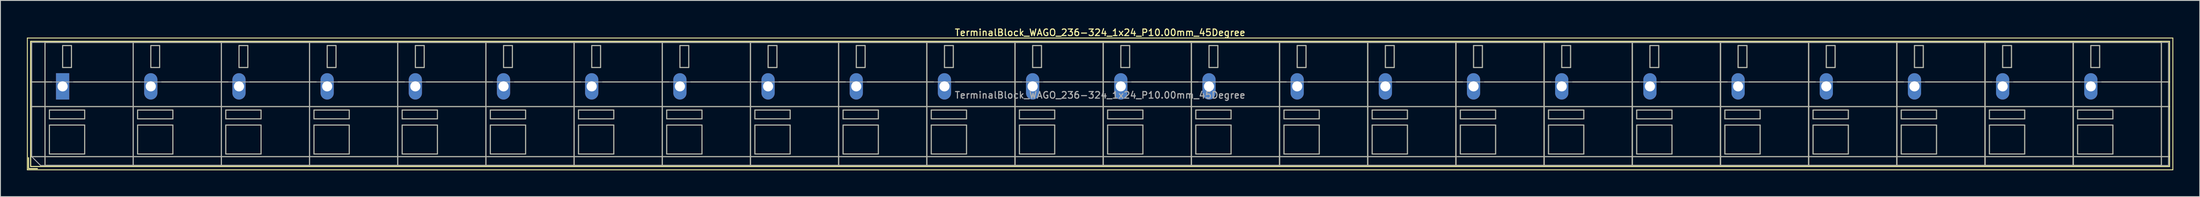
<source format=kicad_pcb>
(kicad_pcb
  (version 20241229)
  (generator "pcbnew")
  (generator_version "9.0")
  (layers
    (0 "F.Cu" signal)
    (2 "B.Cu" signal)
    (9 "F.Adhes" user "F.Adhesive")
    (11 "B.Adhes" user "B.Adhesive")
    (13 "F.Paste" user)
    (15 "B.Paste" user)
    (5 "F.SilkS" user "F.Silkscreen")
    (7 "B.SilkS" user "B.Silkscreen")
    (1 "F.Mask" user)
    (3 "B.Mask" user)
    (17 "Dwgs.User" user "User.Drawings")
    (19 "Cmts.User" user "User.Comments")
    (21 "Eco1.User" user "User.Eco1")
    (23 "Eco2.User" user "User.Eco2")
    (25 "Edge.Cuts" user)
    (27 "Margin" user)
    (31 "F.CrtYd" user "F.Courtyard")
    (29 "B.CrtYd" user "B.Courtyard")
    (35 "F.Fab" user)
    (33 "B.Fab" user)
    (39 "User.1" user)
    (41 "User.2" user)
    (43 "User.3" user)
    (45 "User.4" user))
  (footprint "TerminalBlock_WAGO_236-324_1x24_P10.00mm_45Degree"
    (layer "F.Cu")
    (at 4.05 6.778)
    (property "Reference" "TerminalBlock_WAGO_236-324_1x24_P10.00mm_45Degree" (at 117.65 -6.12 0) (layer "F.SilkS") (effects (font (size 0.75 0.75) (thickness 0.125))))
    (attr through_hole)
    (fp_line (start -4 -5.5) (end -4 9.5) (stroke (width 0.1) (type solid)) (layer "F.SilkS"))
    (fp_line (start -4 9.5) (end 239.3 9.5) (stroke (width 0.1) (type solid)) (layer "F.SilkS"))
    (fp_line (start -3.86 8.12) (end -3.86 9.36) (stroke (width 0.12) (type solid)) (layer "F.SilkS"))
    (fp_line (start -3.86 9.36) (end -2.86 9.36) (stroke (width 0.12) (type solid)) (layer "F.SilkS"))
    (fp_line (start -3.62 -5.12) (end -3.62 9.12) (stroke (width 0.12) (type solid)) (layer "F.SilkS"))
    (fp_line (start -3.62 -5.12) (end 238.92 -5.12) (stroke (width 0.12) (type solid)) (layer "F.SilkS"))
    (fp_line (start -3.62 -0.5) (end -1.23 -0.5) (stroke (width 0.12) (type solid)) (layer "F.SilkS"))
    (fp_line (start -3.62 2.3) (end 238.92 2.3) (stroke (width 0.12) (type solid)) (layer "F.SilkS"))
    (fp_line (start -3.62 8) (end 238.92 8) (stroke (width 0.12) (type solid)) (layer "F.SilkS"))
    (fp_line (start -3.62 9.12) (end 238.92 9.12) (stroke (width 0.12) (type solid)) (layer "F.SilkS"))
    (fp_line (start -2 -5) (end -2 9) (stroke (width 0.12) (type solid)) (layer "F.SilkS"))
    (fp_line (start -2 -5) (end 8 -5) (stroke (width 0.12) (type solid)) (layer "F.SilkS"))
    (fp_line (start -2 9) (end 8 9) (stroke (width 0.12) (type solid)) (layer "F.SilkS"))
    (fp_line (start -1.5 2.7) (end -1.5 3.7) (stroke (width 0.12) (type solid)) (layer "F.SilkS"))
    (fp_line (start -1.5 2.7) (end 2.5 2.7) (stroke (width 0.12) (type solid)) (layer "F.SilkS"))
    (fp_line (start -1.5 3.7) (end 2.5 3.7) (stroke (width 0.12) (type solid)) (layer "F.SilkS"))
    (fp_line (start -1.5 4.4) (end -1.5 7.7) (stroke (width 0.12) (type solid)) (layer "F.SilkS"))
    (fp_line (start -1.5 4.4) (end 2.5 4.4) (stroke (width 0.12) (type solid)) (layer "F.SilkS"))
    (fp_line (start -1.5 7.7) (end 2.5 7.7) (stroke (width 0.12) (type solid)) (layer "F.SilkS"))
    (fp_line (start 0 -4.65) (end 0 -2.151) (stroke (width 0.12) (type solid)) (layer "F.SilkS"))
    (fp_line (start 0 -4.65) (end 1 -4.65) (stroke (width 0.12) (type solid)) (layer "F.SilkS"))
    (fp_line (start 0 -2.151) (end 1 -2.151) (stroke (width 0.12) (type solid)) (layer "F.SilkS"))
    (fp_line (start 1 -4.65) (end 1 -2.151) (stroke (width 0.12) (type solid)) (layer "F.SilkS"))
    (fp_line (start 1.23 -0.5) (end 8.77 -0.5) (stroke (width 0.12) (type solid)) (layer "F.SilkS"))
    (fp_line (start 2.5 2.7) (end 2.5 3.7) (stroke (width 0.12) (type solid)) (layer "F.SilkS"))
    (fp_line (start 2.5 4.4) (end 2.5 7.7) (stroke (width 0.12) (type solid)) (layer "F.SilkS"))
    (fp_line (start 8 -5) (end 8 9) (stroke (width 0.12) (type solid)) (layer "F.SilkS"))
    (fp_line (start 8 -5) (end 8 9) (stroke (width 0.12) (type solid)) (layer "F.SilkS"))
    (fp_line (start 8 -5) (end 18 -5) (stroke (width 0.12) (type solid)) (layer "F.SilkS"))
    (fp_line (start 8 9) (end 18 9) (stroke (width 0.12) (type solid)) (layer "F.SilkS"))
    (fp_line (start 8.5 2.7) (end 8.5 3.7) (stroke (width 0.12) (type solid)) (layer "F.SilkS"))
    (fp_line (start 8.5 2.7) (end 12.5 2.7) (stroke (width 0.12) (type solid)) (layer "F.SilkS"))
    (fp_line (start 8.5 3.7) (end 12.5 3.7) (stroke (width 0.12) (type solid)) (layer "F.SilkS"))
    (fp_line (start 8.5 4.4) (end 8.5 7.7) (stroke (width 0.12) (type solid)) (layer "F.SilkS"))
    (fp_line (start 8.5 4.4) (end 12.5 4.4) (stroke (width 0.12) (type solid)) (layer "F.SilkS"))
    (fp_line (start 8.5 7.7) (end 12.5 7.7) (stroke (width 0.12) (type solid)) (layer "F.SilkS"))
    (fp_line (start 10 -4.65) (end 10 -2.151) (stroke (width 0.12) (type solid)) (layer "F.SilkS"))
    (fp_line (start 10 -4.65) (end 11 -4.65) (stroke (width 0.12) (type solid)) (layer "F.SilkS"))
    (fp_line (start 10 -2.151) (end 11 -2.151) (stroke (width 0.12) (type solid)) (layer "F.SilkS"))
    (fp_line (start 11 -4.65) (end 11 -2.151) (stroke (width 0.12) (type solid)) (layer "F.SilkS"))
    (fp_line (start 11.23 -0.5) (end 18.77 -0.5) (stroke (width 0.12) (type solid)) (layer "F.SilkS"))
    (fp_line (start 12.5 2.7) (end 12.5 3.7) (stroke (width 0.12) (type solid)) (layer "F.SilkS"))
    (fp_line (start 12.5 4.4) (end 12.5 7.7) (stroke (width 0.12) (type solid)) (layer "F.SilkS"))
    (fp_line (start 18 -5) (end 18 9) (stroke (width 0.12) (type solid)) (layer "F.SilkS"))
    (fp_line (start 18 -5) (end 18 9) (stroke (width 0.12) (type solid)) (layer "F.SilkS"))
    (fp_line (start 18 -5) (end 28 -5) (stroke (width 0.12) (type solid)) (layer "F.SilkS"))
    (fp_line (start 18 9) (end 28 9) (stroke (width 0.12) (type solid)) (layer "F.SilkS"))
    (fp_line (start 18.5 2.7) (end 18.5 3.7) (stroke (width 0.12) (type solid)) (layer "F.SilkS"))
    (fp_line (start 18.5 2.7) (end 22.5 2.7) (stroke (width 0.12) (type solid)) (layer "F.SilkS"))
    (fp_line (start 18.5 3.7) (end 22.5 3.7) (stroke (width 0.12) (type solid)) (layer "F.SilkS"))
    (fp_line (start 18.5 4.4) (end 18.5 7.7) (stroke (width 0.12) (type solid)) (layer "F.SilkS"))
    (fp_line (start 18.5 4.4) (end 22.5 4.4) (stroke (width 0.12) (type solid)) (layer "F.SilkS"))
    (fp_line (start 18.5 7.7) (end 22.5 7.7) (stroke (width 0.12) (type solid)) (layer "F.SilkS"))
    (fp_line (start 20 -4.65) (end 20 -2.151) (stroke (width 0.12) (type solid)) (layer "F.SilkS"))
    (fp_line (start 20 -4.65) (end 21 -4.65) (stroke (width 0.12) (type solid)) (layer "F.SilkS"))
    (fp_line (start 20 -2.151) (end 21 -2.151) (stroke (width 0.12) (type solid)) (layer "F.SilkS"))
    (fp_line (start 21 -4.65) (end 21 -2.151) (stroke (width 0.12) (type solid)) (layer "F.SilkS"))
    (fp_line (start 21.23 -0.5) (end 28.77 -0.5) (stroke (width 0.12) (type solid)) (layer "F.SilkS"))
    (fp_line (start 22.5 2.7) (end 22.5 3.7) (stroke (width 0.12) (type solid)) (layer "F.SilkS"))
    (fp_line (start 22.5 4.4) (end 22.5 7.7) (stroke (width 0.12) (type solid)) (layer "F.SilkS"))
    (fp_line (start 28 -5) (end 28 9) (stroke (width 0.12) (type solid)) (layer "F.SilkS"))
    (fp_line (start 28 -5) (end 28 9) (stroke (width 0.12) (type solid)) (layer "F.SilkS"))
    (fp_line (start 28 -5) (end 38 -5) (stroke (width 0.12) (type solid)) (layer "F.SilkS"))
    (fp_line (start 28 9) (end 38 9) (stroke (width 0.12) (type solid)) (layer "F.SilkS"))
    (fp_line (start 28.5 2.7) (end 28.5 3.7) (stroke (width 0.12) (type solid)) (layer "F.SilkS"))
    (fp_line (start 28.5 2.7) (end 32.5 2.7) (stroke (width 0.12) (type solid)) (layer "F.SilkS"))
    (fp_line (start 28.5 3.7) (end 32.5 3.7) (stroke (width 0.12) (type solid)) (layer "F.SilkS"))
    (fp_line (start 28.5 4.4) (end 28.5 7.7) (stroke (width 0.12) (type solid)) (layer "F.SilkS"))
    (fp_line (start 28.5 4.4) (end 32.5 4.4) (stroke (width 0.12) (type solid)) (layer "F.SilkS"))
    (fp_line (start 28.5 7.7) (end 32.5 7.7) (stroke (width 0.12) (type solid)) (layer "F.SilkS"))
    (fp_line (start 30 -4.65) (end 30 -2.151) (stroke (width 0.12) (type solid)) (layer "F.SilkS"))
    (fp_line (start 30 -4.65) (end 31 -4.65) (stroke (width 0.12) (type solid)) (layer "F.SilkS"))
    (fp_line (start 30 -2.151) (end 31 -2.151) (stroke (width 0.12) (type solid)) (layer "F.SilkS"))
    (fp_line (start 31 -4.65) (end 31 -2.151) (stroke (width 0.12) (type solid)) (layer "F.SilkS"))
    (fp_line (start 31.23 -0.5) (end 38.77 -0.5) (stroke (width 0.12) (type solid)) (layer "F.SilkS"))
    (fp_line (start 32.5 2.7) (end 32.5 3.7) (stroke (width 0.12) (type solid)) (layer "F.SilkS"))
    (fp_line (start 32.5 4.4) (end 32.5 7.7) (stroke (width 0.12) (type solid)) (layer "F.SilkS"))
    (fp_line (start 38 -5) (end 38 9) (stroke (width 0.12) (type solid)) (layer "F.SilkS"))
    (fp_line (start 38 -5) (end 38 9) (stroke (width 0.12) (type solid)) (layer "F.SilkS"))
    (fp_line (start 38 -5) (end 48 -5) (stroke (width 0.12) (type solid)) (layer "F.SilkS"))
    (fp_line (start 38 9) (end 48 9) (stroke (width 0.12) (type solid)) (layer "F.SilkS"))
    (fp_line (start 38.5 2.7) (end 38.5 3.7) (stroke (width 0.12) (type solid)) (layer "F.SilkS"))
    (fp_line (start 38.5 2.7) (end 42.5 2.7) (stroke (width 0.12) (type solid)) (layer "F.SilkS"))
    (fp_line (start 38.5 3.7) (end 42.5 3.7) (stroke (width 0.12) (type solid)) (layer "F.SilkS"))
    (fp_line (start 38.5 4.4) (end 38.5 7.7) (stroke (width 0.12) (type solid)) (layer "F.SilkS"))
    (fp_line (start 38.5 4.4) (end 42.5 4.4) (stroke (width 0.12) (type solid)) (layer "F.SilkS"))
    (fp_line (start 38.5 7.7) (end 42.5 7.7) (stroke (width 0.12) (type solid)) (layer "F.SilkS"))
    (fp_line (start 40 -4.65) (end 40 -2.151) (stroke (width 0.12) (type solid)) (layer "F.SilkS"))
    (fp_line (start 40 -4.65) (end 41 -4.65) (stroke (width 0.12) (type solid)) (layer "F.SilkS"))
    (fp_line (start 40 -2.151) (end 41 -2.151) (stroke (width 0.12) (type solid)) (layer "F.SilkS"))
    (fp_line (start 41 -4.65) (end 41 -2.151) (stroke (width 0.12) (type solid)) (layer "F.SilkS"))
    (fp_line (start 41.23 -0.5) (end 48.77 -0.5) (stroke (width 0.12) (type solid)) (layer "F.SilkS"))
    (fp_line (start 42.5 2.7) (end 42.5 3.7) (stroke (width 0.12) (type solid)) (layer "F.SilkS"))
    (fp_line (start 42.5 4.4) (end 42.5 7.7) (stroke (width 0.12) (type solid)) (layer "F.SilkS"))
    (fp_line (start 48 -5) (end 48 9) (stroke (width 0.12) (type solid)) (layer "F.SilkS"))
    (fp_line (start 48 -5) (end 48 9) (stroke (width 0.12) (type solid)) (layer "F.SilkS"))
    (fp_line (start 48 -5) (end 58 -5) (stroke (width 0.12) (type solid)) (layer "F.SilkS"))
    (fp_line (start 48 9) (end 58 9) (stroke (width 0.12) (type solid)) (layer "F.SilkS"))
    (fp_line (start 48.5 2.7) (end 48.5 3.7) (stroke (width 0.12) (type solid)) (layer "F.SilkS"))
    (fp_line (start 48.5 2.7) (end 52.5 2.7) (stroke (width 0.12) (type solid)) (layer "F.SilkS"))
    (fp_line (start 48.5 3.7) (end 52.5 3.7) (stroke (width 0.12) (type solid)) (layer "F.SilkS"))
    (fp_line (start 48.5 4.4) (end 48.5 7.7) (stroke (width 0.12) (type solid)) (layer "F.SilkS"))
    (fp_line (start 48.5 4.4) (end 52.5 4.4) (stroke (width 0.12) (type solid)) (layer "F.SilkS"))
    (fp_line (start 48.5 7.7) (end 52.5 7.7) (stroke (width 0.12) (type solid)) (layer "F.SilkS"))
    (fp_line (start 50 -4.65) (end 50 -2.151) (stroke (width 0.12) (type solid)) (layer "F.SilkS"))
    (fp_line (start 50 -4.65) (end 51 -4.65) (stroke (width 0.12) (type solid)) (layer "F.SilkS"))
    (fp_line (start 50 -2.151) (end 51 -2.151) (stroke (width 0.12) (type solid)) (layer "F.SilkS"))
    (fp_line (start 51 -4.65) (end 51 -2.151) (stroke (width 0.12) (type solid)) (layer "F.SilkS"))
    (fp_line (start 51.23 -0.5) (end 58.77 -0.5) (stroke (width 0.12) (type solid)) (layer "F.SilkS"))
    (fp_line (start 52.5 2.7) (end 52.5 3.7) (stroke (width 0.12) (type solid)) (layer "F.SilkS"))
    (fp_line (start 52.5 4.4) (end 52.5 7.7) (stroke (width 0.12) (type solid)) (layer "F.SilkS"))
    (fp_line (start 58 -5) (end 58 9) (stroke (width 0.12) (type solid)) (layer "F.SilkS"))
    (fp_line (start 58 -5) (end 58 9) (stroke (width 0.12) (type solid)) (layer "F.SilkS"))
    (fp_line (start 58 -5) (end 68 -5) (stroke (width 0.12) (type solid)) (layer "F.SilkS"))
    (fp_line (start 58 9) (end 68 9) (stroke (width 0.12) (type solid)) (layer "F.SilkS"))
    (fp_line (start 58.5 2.7) (end 58.5 3.7) (stroke (width 0.12) (type solid)) (layer "F.SilkS"))
    (fp_line (start 58.5 2.7) (end 62.5 2.7) (stroke (width 0.12) (type solid)) (layer "F.SilkS"))
    (fp_line (start 58.5 3.7) (end 62.5 3.7) (stroke (width 0.12) (type solid)) (layer "F.SilkS"))
    (fp_line (start 58.5 4.4) (end 58.5 7.7) (stroke (width 0.12) (type solid)) (layer "F.SilkS"))
    (fp_line (start 58.5 4.4) (end 62.5 4.4) (stroke (width 0.12) (type solid)) (layer "F.SilkS"))
    (fp_line (start 58.5 7.7) (end 62.5 7.7) (stroke (width 0.12) (type solid)) (layer "F.SilkS"))
    (fp_line (start 60 -4.65) (end 60 -2.151) (stroke (width 0.12) (type solid)) (layer "F.SilkS"))
    (fp_line (start 60 -4.65) (end 61 -4.65) (stroke (width 0.12) (type solid)) (layer "F.SilkS"))
    (fp_line (start 60 -2.151) (end 61 -2.151) (stroke (width 0.12) (type solid)) (layer "F.SilkS"))
    (fp_line (start 61 -4.65) (end 61 -2.151) (stroke (width 0.12) (type solid)) (layer "F.SilkS"))
    (fp_line (start 61.23 -0.5) (end 68.77 -0.5) (stroke (width 0.12) (type solid)) (layer "F.SilkS"))
    (fp_line (start 62.5 2.7) (end 62.5 3.7) (stroke (width 0.12) (type solid)) (layer "F.SilkS"))
    (fp_line (start 62.5 4.4) (end 62.5 7.7) (stroke (width 0.12) (type solid)) (layer "F.SilkS"))
    (fp_line (start 68 -5) (end 68 9) (stroke (width 0.12) (type solid)) (layer "F.SilkS"))
    (fp_line (start 68 -5) (end 68 9) (stroke (width 0.12) (type solid)) (layer "F.SilkS"))
    (fp_line (start 68 -5) (end 78 -5) (stroke (width 0.12) (type solid)) (layer "F.SilkS"))
    (fp_line (start 68 9) (end 78 9) (stroke (width 0.12) (type solid)) (layer "F.SilkS"))
    (fp_line (start 68.5 2.7) (end 68.5 3.7) (stroke (width 0.12) (type solid)) (layer "F.SilkS"))
    (fp_line (start 68.5 2.7) (end 72.5 2.7) (stroke (width 0.12) (type solid)) (layer "F.SilkS"))
    (fp_line (start 68.5 3.7) (end 72.5 3.7) (stroke (width 0.12) (type solid)) (layer "F.SilkS"))
    (fp_line (start 68.5 4.4) (end 68.5 7.7) (stroke (width 0.12) (type solid)) (layer "F.SilkS"))
    (fp_line (start 68.5 4.4) (end 72.5 4.4) (stroke (width 0.12) (type solid)) (layer "F.SilkS"))
    (fp_line (start 68.5 7.7) (end 72.5 7.7) (stroke (width 0.12) (type solid)) (layer "F.SilkS"))
    (fp_line (start 70 -4.65) (end 70 -2.151) (stroke (width 0.12) (type solid)) (layer "F.SilkS"))
    (fp_line (start 70 -4.65) (end 71 -4.65) (stroke (width 0.12) (type solid)) (layer "F.SilkS"))
    (fp_line (start 70 -2.151) (end 71 -2.151) (stroke (width 0.12) (type solid)) (layer "F.SilkS"))
    (fp_line (start 71 -4.65) (end 71 -2.151) (stroke (width 0.12) (type solid)) (layer "F.SilkS"))
    (fp_line (start 71.23 -0.5) (end 78.77 -0.5) (stroke (width 0.12) (type solid)) (layer "F.SilkS"))
    (fp_line (start 72.5 2.7) (end 72.5 3.7) (stroke (width 0.12) (type solid)) (layer "F.SilkS"))
    (fp_line (start 72.5 4.4) (end 72.5 7.7) (stroke (width 0.12) (type solid)) (layer "F.SilkS"))
    (fp_line (start 78 -5) (end 78 9) (stroke (width 0.12) (type solid)) (layer "F.SilkS"))
    (fp_line (start 78 -5) (end 78 9) (stroke (width 0.12) (type solid)) (layer "F.SilkS"))
    (fp_line (start 78 -5) (end 88 -5) (stroke (width 0.12) (type solid)) (layer "F.SilkS"))
    (fp_line (start 78 9) (end 88 9) (stroke (width 0.12) (type solid)) (layer "F.SilkS"))
    (fp_line (start 78.5 2.7) (end 78.5 3.7) (stroke (width 0.12) (type solid)) (layer "F.SilkS"))
    (fp_line (start 78.5 2.7) (end 82.5 2.7) (stroke (width 0.12) (type solid)) (layer "F.SilkS"))
    (fp_line (start 78.5 3.7) (end 82.5 3.7) (stroke (width 0.12) (type solid)) (layer "F.SilkS"))
    (fp_line (start 78.5 4.4) (end 78.5 7.7) (stroke (width 0.12) (type solid)) (layer "F.SilkS"))
    (fp_line (start 78.5 4.4) (end 82.5 4.4) (stroke (width 0.12) (type solid)) (layer "F.SilkS"))
    (fp_line (start 78.5 7.7) (end 82.5 7.7) (stroke (width 0.12) (type solid)) (layer "F.SilkS"))
    (fp_line (start 80 -4.65) (end 80 -2.151) (stroke (width 0.12) (type solid)) (layer "F.SilkS"))
    (fp_line (start 80 -4.65) (end 81 -4.65) (stroke (width 0.12) (type solid)) (layer "F.SilkS"))
    (fp_line (start 80 -2.151) (end 81 -2.151) (stroke (width 0.12) (type solid)) (layer "F.SilkS"))
    (fp_line (start 81 -4.65) (end 81 -2.151) (stroke (width 0.12) (type solid)) (layer "F.SilkS"))
    (fp_line (start 81.23 -0.5) (end 88.77 -0.5) (stroke (width 0.12) (type solid)) (layer "F.SilkS"))
    (fp_line (start 82.5 2.7) (end 82.5 3.7) (stroke (width 0.12) (type solid)) (layer "F.SilkS"))
    (fp_line (start 82.5 4.4) (end 82.5 7.7) (stroke (width 0.12) (type solid)) (layer "F.SilkS"))
    (fp_line (start 88 -5) (end 88 9) (stroke (width 0.12) (type solid)) (layer "F.SilkS"))
    (fp_line (start 88 -5) (end 88 9) (stroke (width 0.12) (type solid)) (layer "F.SilkS"))
    (fp_line (start 88 -5) (end 98 -5) (stroke (width 0.12) (type solid)) (layer "F.SilkS"))
    (fp_line (start 88 9) (end 98 9) (stroke (width 0.12) (type solid)) (layer "F.SilkS"))
    (fp_line (start 88.5 2.7) (end 88.5 3.7) (stroke (width 0.12) (type solid)) (layer "F.SilkS"))
    (fp_line (start 88.5 2.7) (end 92.5 2.7) (stroke (width 0.12) (type solid)) (layer "F.SilkS"))
    (fp_line (start 88.5 3.7) (end 92.5 3.7) (stroke (width 0.12) (type solid)) (layer "F.SilkS"))
    (fp_line (start 88.5 4.4) (end 88.5 7.7) (stroke (width 0.12) (type solid)) (layer "F.SilkS"))
    (fp_line (start 88.5 4.4) (end 92.5 4.4) (stroke (width 0.12) (type solid)) (layer "F.SilkS"))
    (fp_line (start 88.5 7.7) (end 92.5 7.7) (stroke (width 0.12) (type solid)) (layer "F.SilkS"))
    (fp_line (start 90 -4.65) (end 90 -2.151) (stroke (width 0.12) (type solid)) (layer "F.SilkS"))
    (fp_line (start 90 -4.65) (end 91 -4.65) (stroke (width 0.12) (type solid)) (layer "F.SilkS"))
    (fp_line (start 90 -2.151) (end 91 -2.151) (stroke (width 0.12) (type solid)) (layer "F.SilkS"))
    (fp_line (start 91 -4.65) (end 91 -2.151) (stroke (width 0.12) (type solid)) (layer "F.SilkS"))
    (fp_line (start 91.23 -0.5) (end 98.77 -0.5) (stroke (width 0.12) (type solid)) (layer "F.SilkS"))
    (fp_line (start 92.5 2.7) (end 92.5 3.7) (stroke (width 0.12) (type solid)) (layer "F.SilkS"))
    (fp_line (start 92.5 4.4) (end 92.5 7.7) (stroke (width 0.12) (type solid)) (layer "F.SilkS"))
    (fp_line (start 98 -5) (end 98 9) (stroke (width 0.12) (type solid)) (layer "F.SilkS"))
    (fp_line (start 98 -5) (end 98 9) (stroke (width 0.12) (type solid)) (layer "F.SilkS"))
    (fp_line (start 98 -5) (end 108 -5) (stroke (width 0.12) (type solid)) (layer "F.SilkS"))
    (fp_line (start 98 9) (end 108 9) (stroke (width 0.12) (type solid)) (layer "F.SilkS"))
    (fp_line (start 98.5 2.7) (end 98.5 3.7) (stroke (width 0.12) (type solid)) (layer "F.SilkS"))
    (fp_line (start 98.5 2.7) (end 102.5 2.7) (stroke (width 0.12) (type solid)) (layer "F.SilkS"))
    (fp_line (start 98.5 3.7) (end 102.5 3.7) (stroke (width 0.12) (type solid)) (layer "F.SilkS"))
    (fp_line (start 98.5 4.4) (end 98.5 7.7) (stroke (width 0.12) (type solid)) (layer "F.SilkS"))
    (fp_line (start 98.5 4.4) (end 102.5 4.4) (stroke (width 0.12) (type solid)) (layer "F.SilkS"))
    (fp_line (start 98.5 7.7) (end 102.5 7.7) (stroke (width 0.12) (type solid)) (layer "F.SilkS"))
    (fp_line (start 100 -4.65) (end 100 -2.151) (stroke (width 0.12) (type solid)) (layer "F.SilkS"))
    (fp_line (start 100 -4.65) (end 101 -4.65) (stroke (width 0.12) (type solid)) (layer "F.SilkS"))
    (fp_line (start 100 -2.151) (end 101 -2.151) (stroke (width 0.12) (type solid)) (layer "F.SilkS"))
    (fp_line (start 101 -4.65) (end 101 -2.151) (stroke (width 0.12) (type solid)) (layer "F.SilkS"))
    (fp_line (start 101.23 -0.5) (end 108.77 -0.5) (stroke (width 0.12) (type solid)) (layer "F.SilkS"))
    (fp_line (start 102.5 2.7) (end 102.5 3.7) (stroke (width 0.12) (type solid)) (layer "F.SilkS"))
    (fp_line (start 102.5 4.4) (end 102.5 7.7) (stroke (width 0.12) (type solid)) (layer "F.SilkS"))
    (fp_line (start 108 -5) (end 108 9) (stroke (width 0.12) (type solid)) (layer "F.SilkS"))
    (fp_line (start 108 -5) (end 108 9) (stroke (width 0.12) (type solid)) (layer "F.SilkS"))
    (fp_line (start 108 -5) (end 118 -5) (stroke (width 0.12) (type solid)) (layer "F.SilkS"))
    (fp_line (start 108 9) (end 118 9) (stroke (width 0.12) (type solid)) (layer "F.SilkS"))
    (fp_line (start 108.5 2.7) (end 108.5 3.7) (stroke (width 0.12) (type solid)) (layer "F.SilkS"))
    (fp_line (start 108.5 2.7) (end 112.5 2.7) (stroke (width 0.12) (type solid)) (layer "F.SilkS"))
    (fp_line (start 108.5 3.7) (end 112.5 3.7) (stroke (width 0.12) (type solid)) (layer "F.SilkS"))
    (fp_line (start 108.5 4.4) (end 108.5 7.7) (stroke (width 0.12) (type solid)) (layer "F.SilkS"))
    (fp_line (start 108.5 4.4) (end 112.5 4.4) (stroke (width 0.12) (type solid)) (layer "F.SilkS"))
    (fp_line (start 108.5 7.7) (end 112.5 7.7) (stroke (width 0.12) (type solid)) (layer "F.SilkS"))
    (fp_line (start 110 -4.65) (end 110 -2.151) (stroke (width 0.12) (type solid)) (layer "F.SilkS"))
    (fp_line (start 110 -4.65) (end 111 -4.65) (stroke (width 0.12) (type solid)) (layer "F.SilkS"))
    (fp_line (start 110 -2.151) (end 111 -2.151) (stroke (width 0.12) (type solid)) (layer "F.SilkS"))
    (fp_line (start 111 -4.65) (end 111 -2.151) (stroke (width 0.12) (type solid)) (layer "F.SilkS"))
    (fp_line (start 111.23 -0.5) (end 118.77 -0.5) (stroke (width 0.12) (type solid)) (layer "F.SilkS"))
    (fp_line (start 112.5 2.7) (end 112.5 3.7) (stroke (width 0.12) (type solid)) (layer "F.SilkS"))
    (fp_line (start 112.5 4.4) (end 112.5 7.7) (stroke (width 0.12) (type solid)) (layer "F.SilkS"))
    (fp_line (start 118 -5) (end 118 9) (stroke (width 0.12) (type solid)) (layer "F.SilkS"))
    (fp_line (start 118 -5) (end 118 9) (stroke (width 0.12) (type solid)) (layer "F.SilkS"))
    (fp_line (start 118 -5) (end 128 -5) (stroke (width 0.12) (type solid)) (layer "F.SilkS"))
    (fp_line (start 118 9) (end 128 9) (stroke (width 0.12) (type solid)) (layer "F.SilkS"))
    (fp_line (start 118.5 2.7) (end 118.5 3.7) (stroke (width 0.12) (type solid)) (layer "F.SilkS"))
    (fp_line (start 118.5 2.7) (end 122.5 2.7) (stroke (width 0.12) (type solid)) (layer "F.SilkS"))
    (fp_line (start 118.5 3.7) (end 122.5 3.7) (stroke (width 0.12) (type solid)) (layer "F.SilkS"))
    (fp_line (start 118.5 4.4) (end 118.5 7.7) (stroke (width 0.12) (type solid)) (layer "F.SilkS"))
    (fp_line (start 118.5 4.4) (end 122.5 4.4) (stroke (width 0.12) (type solid)) (layer "F.SilkS"))
    (fp_line (start 118.5 7.7) (end 122.5 7.7) (stroke (width 0.12) (type solid)) (layer "F.SilkS"))
    (fp_line (start 120 -4.65) (end 120 -2.151) (stroke (width 0.12) (type solid)) (layer "F.SilkS"))
    (fp_line (start 120 -4.65) (end 121 -4.65) (stroke (width 0.12) (type solid)) (layer "F.SilkS"))
    (fp_line (start 120 -2.151) (end 121 -2.151) (stroke (width 0.12) (type solid)) (layer "F.SilkS"))
    (fp_line (start 121 -4.65) (end 121 -2.151) (stroke (width 0.12) (type solid)) (layer "F.SilkS"))
    (fp_line (start 121.23 -0.5) (end 128.771 -0.5) (stroke (width 0.12) (type solid)) (layer "F.SilkS"))
    (fp_line (start 122.5 2.7) (end 122.5 3.7) (stroke (width 0.12) (type solid)) (layer "F.SilkS"))
    (fp_line (start 122.5 4.4) (end 122.5 7.7) (stroke (width 0.12) (type solid)) (layer "F.SilkS"))
    (fp_line (start 128 -5) (end 128 9) (stroke (width 0.12) (type solid)) (layer "F.SilkS"))
    (fp_line (start 128 -5) (end 128 9) (stroke (width 0.12) (type solid)) (layer "F.SilkS"))
    (fp_line (start 128 -5) (end 138 -5) (stroke (width 0.12) (type solid)) (layer "F.SilkS"))
    (fp_line (start 128 9) (end 138 9) (stroke (width 0.12) (type solid)) (layer "F.SilkS"))
    (fp_line (start 128.5 2.7) (end 128.5 3.7) (stroke (width 0.12) (type solid)) (layer "F.SilkS"))
    (fp_line (start 128.5 2.7) (end 132.5 2.7) (stroke (width 0.12) (type solid)) (layer "F.SilkS"))
    (fp_line (start 128.5 3.7) (end 132.5 3.7) (stroke (width 0.12) (type solid)) (layer "F.SilkS"))
    (fp_line (start 128.5 4.4) (end 128.5 7.7) (stroke (width 0.12) (type solid)) (layer "F.SilkS"))
    (fp_line (start 128.5 4.4) (end 132.5 4.4) (stroke (width 0.12) (type solid)) (layer "F.SilkS"))
    (fp_line (start 128.5 7.7) (end 132.5 7.7) (stroke (width 0.12) (type solid)) (layer "F.SilkS"))
    (fp_line (start 130 -4.65) (end 130 -2.151) (stroke (width 0.12) (type solid)) (layer "F.SilkS"))
    (fp_line (start 130 -4.65) (end 131 -4.65) (stroke (width 0.12) (type solid)) (layer "F.SilkS"))
    (fp_line (start 130 -2.151) (end 131 -2.151) (stroke (width 0.12) (type solid)) (layer "F.SilkS"))
    (fp_line (start 131 -4.65) (end 131 -2.151) (stroke (width 0.12) (type solid)) (layer "F.SilkS"))
    (fp_line (start 131.23 -0.5) (end 138.77 -0.5) (stroke (width 0.12) (type solid)) (layer "F.SilkS"))
    (fp_line (start 132.5 2.7) (end 132.5 3.7) (stroke (width 0.12) (type solid)) (layer "F.SilkS"))
    (fp_line (start 132.5 4.4) (end 132.5 7.7) (stroke (width 0.12) (type solid)) (layer "F.SilkS"))
    (fp_line (start 138 -5) (end 138 9) (stroke (width 0.12) (type solid)) (layer "F.SilkS"))
    (fp_line (start 138 -5) (end 138 9) (stroke (width 0.12) (type solid)) (layer "F.SilkS"))
    (fp_line (start 138 -5) (end 148 -5) (stroke (width 0.12) (type solid)) (layer "F.SilkS"))
    (fp_line (start 138 9) (end 148 9) (stroke (width 0.12) (type solid)) (layer "F.SilkS"))
    (fp_line (start 138.5 2.7) (end 138.5 3.7) (stroke (width 0.12) (type solid)) (layer "F.SilkS"))
    (fp_line (start 138.5 2.7) (end 142.5 2.7) (stroke (width 0.12) (type solid)) (layer "F.SilkS"))
    (fp_line (start 138.5 3.7) (end 142.5 3.7) (stroke (width 0.12) (type solid)) (layer "F.SilkS"))
    (fp_line (start 138.5 4.4) (end 138.5 7.7) (stroke (width 0.12) (type solid)) (layer "F.SilkS"))
    (fp_line (start 138.5 4.4) (end 142.5 4.4) (stroke (width 0.12) (type solid)) (layer "F.SilkS"))
    (fp_line (start 138.5 7.7) (end 142.5 7.7) (stroke (width 0.12) (type solid)) (layer "F.SilkS"))
    (fp_line (start 140 -4.65) (end 140 -2.151) (stroke (width 0.12) (type solid)) (layer "F.SilkS"))
    (fp_line (start 140 -4.65) (end 141 -4.65) (stroke (width 0.12) (type solid)) (layer "F.SilkS"))
    (fp_line (start 140 -2.151) (end 141 -2.151) (stroke (width 0.12) (type solid)) (layer "F.SilkS"))
    (fp_line (start 141 -4.65) (end 141 -2.151) (stroke (width 0.12) (type solid)) (layer "F.SilkS"))
    (fp_line (start 141.23 -0.5) (end 148.77 -0.5) (stroke (width 0.12) (type solid)) (layer "F.SilkS"))
    (fp_line (start 142.5 2.7) (end 142.5 3.7) (stroke (width 0.12) (type solid)) (layer "F.SilkS"))
    (fp_line (start 142.5 4.4) (end 142.5 7.7) (stroke (width 0.12) (type solid)) (layer "F.SilkS"))
    (fp_line (start 148 -5) (end 148 9) (stroke (width 0.12) (type solid)) (layer "F.SilkS"))
    (fp_line (start 148 -5) (end 148 9) (stroke (width 0.12) (type solid)) (layer "F.SilkS"))
    (fp_line (start 148 -5) (end 158 -5) (stroke (width 0.12) (type solid)) (layer "F.SilkS"))
    (fp_line (start 148 9) (end 158 9) (stroke (width 0.12) (type solid)) (layer "F.SilkS"))
    (fp_line (start 148.5 2.7) (end 148.5 3.7) (stroke (width 0.12) (type solid)) (layer "F.SilkS"))
    (fp_line (start 148.5 2.7) (end 152.5 2.7) (stroke (width 0.12) (type solid)) (layer "F.SilkS"))
    (fp_line (start 148.5 3.7) (end 152.5 3.7) (stroke (width 0.12) (type solid)) (layer "F.SilkS"))
    (fp_line (start 148.5 4.4) (end 148.5 7.7) (stroke (width 0.12) (type solid)) (layer "F.SilkS"))
    (fp_line (start 148.5 4.4) (end 152.5 4.4) (stroke (width 0.12) (type solid)) (layer "F.SilkS"))
    (fp_line (start 148.5 7.7) (end 152.5 7.7) (stroke (width 0.12) (type solid)) (layer "F.SilkS"))
    (fp_line (start 150 -4.65) (end 150 -2.151) (stroke (width 0.12) (type solid)) (layer "F.SilkS"))
    (fp_line (start 150 -4.65) (end 151 -4.65) (stroke (width 0.12) (type solid)) (layer "F.SilkS"))
    (fp_line (start 150 -2.151) (end 151 -2.151) (stroke (width 0.12) (type solid)) (layer "F.SilkS"))
    (fp_line (start 151 -4.65) (end 151 -2.151) (stroke (width 0.12) (type solid)) (layer "F.SilkS"))
    (fp_line (start 151.23 -0.5) (end 158.77 -0.5) (stroke (width 0.12) (type solid)) (layer "F.SilkS"))
    (fp_line (start 152.5 2.7) (end 152.5 3.7) (stroke (width 0.12) (type solid)) (layer "F.SilkS"))
    (fp_line (start 152.5 4.4) (end 152.5 7.7) (stroke (width 0.12) (type solid)) (layer "F.SilkS"))
    (fp_line (start 158 -5) (end 158 9) (stroke (width 0.12) (type solid)) (layer "F.SilkS"))
    (fp_line (start 158 -5) (end 158 9) (stroke (width 0.12) (type solid)) (layer "F.SilkS"))
    (fp_line (start 158 -5) (end 168 -5) (stroke (width 0.12) (type solid)) (layer "F.SilkS"))
    (fp_line (start 158 9) (end 168 9) (stroke (width 0.12) (type solid)) (layer "F.SilkS"))
    (fp_line (start 158.5 2.7) (end 158.5 3.7) (stroke (width 0.12) (type solid)) (layer "F.SilkS"))
    (fp_line (start 158.5 2.7) (end 162.5 2.7) (stroke (width 0.12) (type solid)) (layer "F.SilkS"))
    (fp_line (start 158.5 3.7) (end 162.5 3.7) (stroke (width 0.12) (type solid)) (layer "F.SilkS"))
    (fp_line (start 158.5 4.4) (end 158.5 7.7) (stroke (width 0.12) (type solid)) (layer "F.SilkS"))
    (fp_line (start 158.5 4.4) (end 162.5 4.4) (stroke (width 0.12) (type solid)) (layer "F.SilkS"))
    (fp_line (start 158.5 7.7) (end 162.5 7.7) (stroke (width 0.12) (type solid)) (layer "F.SilkS"))
    (fp_line (start 160 -4.65) (end 160 -2.151) (stroke (width 0.12) (type solid)) (layer "F.SilkS"))
    (fp_line (start 160 -4.65) (end 161 -4.65) (stroke (width 0.12) (type solid)) (layer "F.SilkS"))
    (fp_line (start 160 -2.151) (end 161 -2.151) (stroke (width 0.12) (type solid)) (layer "F.SilkS"))
    (fp_line (start 161 -4.65) (end 161 -2.151) (stroke (width 0.12) (type solid)) (layer "F.SilkS"))
    (fp_line (start 161.23 -0.5) (end 168.77 -0.5) (stroke (width 0.12) (type solid)) (layer "F.SilkS"))
    (fp_line (start 162.5 2.7) (end 162.5 3.7) (stroke (width 0.12) (type solid)) (layer "F.SilkS"))
    (fp_line (start 162.5 4.4) (end 162.5 7.7) (stroke (width 0.12) (type solid)) (layer "F.SilkS"))
    (fp_line (start 168 -5) (end 168 9) (stroke (width 0.12) (type solid)) (layer "F.SilkS"))
    (fp_line (start 168 -5) (end 168 9) (stroke (width 0.12) (type solid)) (layer "F.SilkS"))
    (fp_line (start 168 -5) (end 178 -5) (stroke (width 0.12) (type solid)) (layer "F.SilkS"))
    (fp_line (start 168 9) (end 178 9) (stroke (width 0.12) (type solid)) (layer "F.SilkS"))
    (fp_line (start 168.5 2.7) (end 168.5 3.7) (stroke (width 0.12) (type solid)) (layer "F.SilkS"))
    (fp_line (start 168.5 2.7) (end 172.5 2.7) (stroke (width 0.12) (type solid)) (layer "F.SilkS"))
    (fp_line (start 168.5 3.7) (end 172.5 3.7) (stroke (width 0.12) (type solid)) (layer "F.SilkS"))
    (fp_line (start 168.5 4.4) (end 168.5 7.7) (stroke (width 0.12) (type solid)) (layer "F.SilkS"))
    (fp_line (start 168.5 4.4) (end 172.5 4.4) (stroke (width 0.12) (type solid)) (layer "F.SilkS"))
    (fp_line (start 168.5 7.7) (end 172.5 7.7) (stroke (width 0.12) (type solid)) (layer "F.SilkS"))
    (fp_line (start 170 -4.65) (end 170 -2.151) (stroke (width 0.12) (type solid)) (layer "F.SilkS"))
    (fp_line (start 170 -4.65) (end 171 -4.65) (stroke (width 0.12) (type solid)) (layer "F.SilkS"))
    (fp_line (start 170 -2.151) (end 171 -2.151) (stroke (width 0.12) (type solid)) (layer "F.SilkS"))
    (fp_line (start 171 -4.65) (end 171 -2.151) (stroke (width 0.12) (type solid)) (layer "F.SilkS"))
    (fp_line (start 171.23 -0.5) (end 178.77 -0.5) (stroke (width 0.12) (type solid)) (layer "F.SilkS"))
    (fp_line (start 172.5 2.7) (end 172.5 3.7) (stroke (width 0.12) (type solid)) (layer "F.SilkS"))
    (fp_line (start 172.5 4.4) (end 172.5 7.7) (stroke (width 0.12) (type solid)) (layer "F.SilkS"))
    (fp_line (start 178 -5) (end 178 9) (stroke (width 0.12) (type solid)) (layer "F.SilkS"))
    (fp_line (start 178 -5) (end 178 9) (stroke (width 0.12) (type solid)) (layer "F.SilkS"))
    (fp_line (start 178 -5) (end 188 -5) (stroke (width 0.12) (type solid)) (layer "F.SilkS"))
    (fp_line (start 178 9) (end 188 9) (stroke (width 0.12) (type solid)) (layer "F.SilkS"))
    (fp_line (start 178.5 2.7) (end 178.5 3.7) (stroke (width 0.12) (type solid)) (layer "F.SilkS"))
    (fp_line (start 178.5 2.7) (end 182.5 2.7) (stroke (width 0.12) (type solid)) (layer "F.SilkS"))
    (fp_line (start 178.5 3.7) (end 182.5 3.7) (stroke (width 0.12) (type solid)) (layer "F.SilkS"))
    (fp_line (start 178.5 4.4) (end 178.5 7.7) (stroke (width 0.12) (type solid)) (layer "F.SilkS"))
    (fp_line (start 178.5 4.4) (end 182.5 4.4) (stroke (width 0.12) (type solid)) (layer "F.SilkS"))
    (fp_line (start 178.5 7.7) (end 182.5 7.7) (stroke (width 0.12) (type solid)) (layer "F.SilkS"))
    (fp_line (start 180 -4.65) (end 180 -2.151) (stroke (width 0.12) (type solid)) (layer "F.SilkS"))
    (fp_line (start 180 -4.65) (end 181 -4.65) (stroke (width 0.12) (type solid)) (layer "F.SilkS"))
    (fp_line (start 180 -2.151) (end 181 -2.151) (stroke (width 0.12) (type solid)) (layer "F.SilkS"))
    (fp_line (start 181 -4.65) (end 181 -2.151) (stroke (width 0.12) (type solid)) (layer "F.SilkS"))
    (fp_line (start 181.23 -0.5) (end 188.77 -0.5) (stroke (width 0.12) (type solid)) (layer "F.SilkS"))
    (fp_line (start 182.5 2.7) (end 182.5 3.7) (stroke (width 0.12) (type solid)) (layer "F.SilkS"))
    (fp_line (start 182.5 4.4) (end 182.5 7.7) (stroke (width 0.12) (type solid)) (layer "F.SilkS"))
    (fp_line (start 188 -5) (end 188 9) (stroke (width 0.12) (type solid)) (layer "F.SilkS"))
    (fp_line (start 188 -5) (end 188 9) (stroke (width 0.12) (type solid)) (layer "F.SilkS"))
    (fp_line (start 188 -5) (end 198 -5) (stroke (width 0.12) (type solid)) (layer "F.SilkS"))
    (fp_line (start 188 9) (end 198 9) (stroke (width 0.12) (type solid)) (layer "F.SilkS"))
    (fp_line (start 188.5 2.7) (end 188.5 3.7) (stroke (width 0.12) (type solid)) (layer "F.SilkS"))
    (fp_line (start 188.5 2.7) (end 192.5 2.7) (stroke (width 0.12) (type solid)) (layer "F.SilkS"))
    (fp_line (start 188.5 3.7) (end 192.5 3.7) (stroke (width 0.12) (type solid)) (layer "F.SilkS"))
    (fp_line (start 188.5 4.4) (end 188.5 7.7) (stroke (width 0.12) (type solid)) (layer "F.SilkS"))
    (fp_line (start 188.5 4.4) (end 192.5 4.4) (stroke (width 0.12) (type solid)) (layer "F.SilkS"))
    (fp_line (start 188.5 7.7) (end 192.5 7.7) (stroke (width 0.12) (type solid)) (layer "F.SilkS"))
    (fp_line (start 190 -4.65) (end 190 -2.151) (stroke (width 0.12) (type solid)) (layer "F.SilkS"))
    (fp_line (start 190 -4.65) (end 191 -4.65) (stroke (width 0.12) (type solid)) (layer "F.SilkS"))
    (fp_line (start 190 -2.151) (end 191 -2.151) (stroke (width 0.12) (type solid)) (layer "F.SilkS"))
    (fp_line (start 191 -4.65) (end 191 -2.151) (stroke (width 0.12) (type solid)) (layer "F.SilkS"))
    (fp_line (start 191.23 -0.5) (end 198.77 -0.5) (stroke (width 0.12) (type solid)) (layer "F.SilkS"))
    (fp_line (start 192.5 2.7) (end 192.5 3.7) (stroke (width 0.12) (type solid)) (layer "F.SilkS"))
    (fp_line (start 192.5 4.4) (end 192.5 7.7) (stroke (width 0.12) (type solid)) (layer "F.SilkS"))
    (fp_line (start 198 -5) (end 198 9) (stroke (width 0.12) (type solid)) (layer "F.SilkS"))
    (fp_line (start 198 -5) (end 198 9) (stroke (width 0.12) (type solid)) (layer "F.SilkS"))
    (fp_line (start 198 -5) (end 208 -5) (stroke (width 0.12) (type solid)) (layer "F.SilkS"))
    (fp_line (start 198 9) (end 208 9) (stroke (width 0.12) (type solid)) (layer "F.SilkS"))
    (fp_line (start 198.5 2.7) (end 198.5 3.7) (stroke (width 0.12) (type solid)) (layer "F.SilkS"))
    (fp_line (start 198.5 2.7) (end 202.5 2.7) (stroke (width 0.12) (type solid)) (layer "F.SilkS"))
    (fp_line (start 198.5 3.7) (end 202.5 3.7) (stroke (width 0.12) (type solid)) (layer "F.SilkS"))
    (fp_line (start 198.5 4.4) (end 198.5 7.7) (stroke (width 0.12) (type solid)) (layer "F.SilkS"))
    (fp_line (start 198.5 4.4) (end 202.5 4.4) (stroke (width 0.12) (type solid)) (layer "F.SilkS"))
    (fp_line (start 198.5 7.7) (end 202.5 7.7) (stroke (width 0.12) (type solid)) (layer "F.SilkS"))
    (fp_line (start 200 -4.65) (end 200 -2.151) (stroke (width 0.12) (type solid)) (layer "F.SilkS"))
    (fp_line (start 200 -4.65) (end 201 -4.65) (stroke (width 0.12) (type solid)) (layer "F.SilkS"))
    (fp_line (start 200 -2.151) (end 201 -2.151) (stroke (width 0.12) (type solid)) (layer "F.SilkS"))
    (fp_line (start 201 -4.65) (end 201 -2.151) (stroke (width 0.12) (type solid)) (layer "F.SilkS"))
    (fp_line (start 201.23 -0.5) (end 208.77 -0.5) (stroke (width 0.12) (type solid)) (layer "F.SilkS"))
    (fp_line (start 202.5 2.7) (end 202.5 3.7) (stroke (width 0.12) (type solid)) (layer "F.SilkS"))
    (fp_line (start 202.5 4.4) (end 202.5 7.7) (stroke (width 0.12) (type solid)) (layer "F.SilkS"))
    (fp_line (start 208 -5) (end 208 9) (stroke (width 0.12) (type solid)) (layer "F.SilkS"))
    (fp_line (start 208 -5) (end 208 9) (stroke (width 0.12) (type solid)) (layer "F.SilkS"))
    (fp_line (start 208 -5) (end 218 -5) (stroke (width 0.12) (type solid)) (layer "F.SilkS"))
    (fp_line (start 208 9) (end 218 9) (stroke (width 0.12) (type solid)) (layer "F.SilkS"))
    (fp_line (start 208.5 2.7) (end 208.5 3.7) (stroke (width 0.12) (type solid)) (layer "F.SilkS"))
    (fp_line (start 208.5 2.7) (end 212.5 2.7) (stroke (width 0.12) (type solid)) (layer "F.SilkS"))
    (fp_line (start 208.5 3.7) (end 212.5 3.7) (stroke (width 0.12) (type solid)) (layer "F.SilkS"))
    (fp_line (start 208.5 4.4) (end 208.5 7.7) (stroke (width 0.12) (type solid)) (layer "F.SilkS"))
    (fp_line (start 208.5 4.4) (end 212.5 4.4) (stroke (width 0.12) (type solid)) (layer "F.SilkS"))
    (fp_line (start 208.5 7.7) (end 212.5 7.7) (stroke (width 0.12) (type solid)) (layer "F.SilkS"))
    (fp_line (start 210 -4.65) (end 210 -2.151) (stroke (width 0.12) (type solid)) (layer "F.SilkS"))
    (fp_line (start 210 -4.65) (end 211 -4.65) (stroke (width 0.12) (type solid)) (layer "F.SilkS"))
    (fp_line (start 210 -2.151) (end 211 -2.151) (stroke (width 0.12) (type solid)) (layer "F.SilkS"))
    (fp_line (start 211 -4.65) (end 211 -2.151) (stroke (width 0.12) (type solid)) (layer "F.SilkS"))
    (fp_line (start 211.23 -0.5) (end 218.77 -0.5) (stroke (width 0.12) (type solid)) (layer "F.SilkS"))
    (fp_line (start 212.5 2.7) (end 212.5 3.7) (stroke (width 0.12) (type solid)) (layer "F.SilkS"))
    (fp_line (start 212.5 4.4) (end 212.5 7.7) (stroke (width 0.12) (type solid)) (layer "F.SilkS"))
    (fp_line (start 218 -5) (end 218 9) (stroke (width 0.12) (type solid)) (layer "F.SilkS"))
    (fp_line (start 218 -5) (end 218 9) (stroke (width 0.12) (type solid)) (layer "F.SilkS"))
    (fp_line (start 218 -5) (end 228 -5) (stroke (width 0.12) (type solid)) (layer "F.SilkS"))
    (fp_line (start 218 9) (end 228 9) (stroke (width 0.12) (type solid)) (layer "F.SilkS"))
    (fp_line (start 218.5 2.7) (end 218.5 3.7) (stroke (width 0.12) (type solid)) (layer "F.SilkS"))
    (fp_line (start 218.5 2.7) (end 222.5 2.7) (stroke (width 0.12) (type solid)) (layer "F.SilkS"))
    (fp_line (start 218.5 3.7) (end 222.5 3.7) (stroke (width 0.12) (type solid)) (layer "F.SilkS"))
    (fp_line (start 218.5 4.4) (end 218.5 7.7) (stroke (width 0.12) (type solid)) (layer "F.SilkS"))
    (fp_line (start 218.5 4.4) (end 222.5 4.4) (stroke (width 0.12) (type solid)) (layer "F.SilkS"))
    (fp_line (start 218.5 7.7) (end 222.5 7.7) (stroke (width 0.12) (type solid)) (layer "F.SilkS"))
    (fp_line (start 220 -4.65) (end 220 -2.151) (stroke (width 0.12) (type solid)) (layer "F.SilkS"))
    (fp_line (start 220 -4.65) (end 221 -4.65) (stroke (width 0.12) (type solid)) (layer "F.SilkS"))
    (fp_line (start 220 -2.151) (end 221 -2.151) (stroke (width 0.12) (type solid)) (layer "F.SilkS"))
    (fp_line (start 221 -4.65) (end 221 -2.151) (stroke (width 0.12) (type solid)) (layer "F.SilkS"))
    (fp_line (start 221.23 -0.5) (end 228.77 -0.5) (stroke (width 0.12) (type solid)) (layer "F.SilkS"))
    (fp_line (start 222.5 2.7) (end 222.5 3.7) (stroke (width 0.12) (type solid)) (layer "F.SilkS"))
    (fp_line (start 222.5 4.4) (end 222.5 7.7) (stroke (width 0.12) (type solid)) (layer "F.SilkS"))
    (fp_line (start 228 -5) (end 228 9) (stroke (width 0.12) (type solid)) (layer "F.SilkS"))
    (fp_line (start 228 -5) (end 228 9) (stroke (width 0.12) (type solid)) (layer "F.SilkS"))
    (fp_line (start 228 -5) (end 238 -5) (stroke (width 0.12) (type solid)) (layer "F.SilkS"))
    (fp_line (start 228 9) (end 238 9) (stroke (width 0.12) (type solid)) (layer "F.SilkS"))
    (fp_line (start 228.5 2.7) (end 228.5 3.7) (stroke (width 0.12) (type solid)) (layer "F.SilkS"))
    (fp_line (start 228.5 2.7) (end 232.5 2.7) (stroke (width 0.12) (type solid)) (layer "F.SilkS"))
    (fp_line (start 228.5 3.7) (end 232.5 3.7) (stroke (width 0.12) (type solid)) (layer "F.SilkS"))
    (fp_line (start 228.5 4.4) (end 228.5 7.7) (stroke (width 0.12) (type solid)) (layer "F.SilkS"))
    (fp_line (start 228.5 4.4) (end 232.5 4.4) (stroke (width 0.12) (type solid)) (layer "F.SilkS"))
    (fp_line (start 228.5 7.7) (end 232.5 7.7) (stroke (width 0.12) (type solid)) (layer "F.SilkS"))
    (fp_line (start 230 -4.65) (end 230 -2.151) (stroke (width 0.12) (type solid)) (layer "F.SilkS"))
    (fp_line (start 230 -4.65) (end 231 -4.65) (stroke (width 0.12) (type solid)) (layer "F.SilkS"))
    (fp_line (start 230 -2.151) (end 231 -2.151) (stroke (width 0.12) (type solid)) (layer "F.SilkS"))
    (fp_line (start 231 -4.65) (end 231 -2.151) (stroke (width 0.12) (type solid)) (layer "F.SilkS"))
    (fp_line (start 231.23 -0.5) (end 238.92 -0.5) (stroke (width 0.12) (type solid)) (layer "F.SilkS"))
    (fp_line (start 232.5 2.7) (end 232.5 3.7) (stroke (width 0.12) (type solid)) (layer "F.SilkS"))
    (fp_line (start 232.5 4.4) (end 232.5 7.7) (stroke (width 0.12) (type solid)) (layer "F.SilkS"))
    (fp_line (start 238 -5) (end 238 9) (stroke (width 0.12) (type solid)) (layer "F.SilkS"))
    (fp_line (start 238.92 -5.12) (end 238.92 9.12) (stroke (width 0.12) (type solid)) (layer "F.SilkS"))
    (fp_line (start 239.3 -5.5) (end -4 -5.5) (stroke (width 0.1) (type solid)) (layer "F.SilkS"))
    (fp_line (start 239.3 9.5) (end 239.3 -5.5) (stroke (width 0.1) (type solid)) (layer "F.SilkS"))
    (fp_line (start -3.5 -5) (end 238.8 -5) (stroke (width 0.1) (type solid)) (layer "F.Fab"))
    (fp_line (start -3.5 -0.5) (end 238.8 -0.5) (stroke (width 0.1) (type solid)) (layer "F.Fab"))
    (fp_line (start -3.5 2.3) (end 238.8 2.3) (stroke (width 0.1) (type solid)) (layer "F.Fab"))
    (fp_line (start -3.5 8) (end -3.5 -5) (stroke (width 0.1) (type solid)) (layer "F.Fab"))
    (fp_line (start -3.5 8) (end 238.8 8) (stroke (width 0.1) (type solid)) (layer "F.Fab"))
    (fp_line (start -2.5 9) (end -3.5 8) (stroke (width 0.1) (type solid)) (layer "F.Fab"))
    (fp_line (start -2 -5) (end -2 9) (stroke (width 0.1) (type solid)) (layer "F.Fab"))
    (fp_line (start -2 9) (end 8 9) (stroke (width 0.1) (type solid)) (layer "F.Fab"))
    (fp_line (start -1.5 2.7) (end -1.5 3.7) (stroke (width 0.1) (type solid)) (layer "F.Fab"))
    (fp_line (start -1.5 3.7) (end 2.5 3.7) (stroke (width 0.1) (type solid)) (layer "F.Fab"))
    (fp_line (start -1.5 4.4) (end -1.5 7.7) (stroke (width 0.1) (type solid)) (layer "F.Fab"))
    (fp_line (start -1.5 7.7) (end 2.5 7.7) (stroke (width 0.1) (type solid)) (layer "F.Fab"))
    (fp_line (start 0 -4.65) (end 0 -2.15) (stroke (width 0.1) (type solid)) (layer "F.Fab"))
    (fp_line (start 0 -2.15) (end 1 -2.15) (stroke (width 0.1) (type solid)) (layer "F.Fab"))
    (fp_line (start 1 -4.65) (end 0 -4.65) (stroke (width 0.1) (type solid)) (layer "F.Fab"))
    (fp_line (start 1 -2.15) (end 1 -4.65) (stroke (width 0.1) (type solid)) (layer "F.Fab"))
    (fp_line (start 2.5 2.7) (end -1.5 2.7) (stroke (width 0.1) (type solid)) (layer "F.Fab"))
    (fp_line (start 2.5 3.7) (end 2.5 2.7) (stroke (width 0.1) (type solid)) (layer "F.Fab"))
    (fp_line (start 2.5 4.4) (end -1.5 4.4) (stroke (width 0.1) (type solid)) (layer "F.Fab"))
    (fp_line (start 2.5 7.7) (end 2.5 4.4) (stroke (width 0.1) (type solid)) (layer "F.Fab"))
    (fp_line (start 8 -5) (end -2 -5) (stroke (width 0.1) (type solid)) (layer "F.Fab"))
    (fp_line (start 8 -5) (end 8 9) (stroke (width 0.1) (type solid)) (layer "F.Fab"))
    (fp_line (start 8 9) (end 8 -5) (stroke (width 0.1) (type solid)) (layer "F.Fab"))
    (fp_line (start 8 9) (end 18 9) (stroke (width 0.1) (type solid)) (layer "F.Fab"))
    (fp_line (start 8.5 2.7) (end 8.5 3.7) (stroke (width 0.1) (type solid)) (layer "F.Fab"))
    (fp_line (start 8.5 3.7) (end 12.5 3.7) (stroke (width 0.1) (type solid)) (layer "F.Fab"))
    (fp_line (start 8.5 4.4) (end 8.5 7.7) (stroke (width 0.1) (type solid)) (layer "F.Fab"))
    (fp_line (start 8.5 7.7) (end 12.5 7.7) (stroke (width 0.1) (type solid)) (layer "F.Fab"))
    (fp_line (start 10 -4.65) (end 10 -2.15) (stroke (width 0.1) (type solid)) (layer "F.Fab"))
    (fp_line (start 10 -2.15) (end 11 -2.15) (stroke (width 0.1) (type solid)) (layer "F.Fab"))
    (fp_line (start 11 -4.65) (end 10 -4.65) (stroke (width 0.1) (type solid)) (layer "F.Fab"))
    (fp_line (start 11 -2.15) (end 11 -4.65) (stroke (width 0.1) (type solid)) (layer "F.Fab"))
    (fp_line (start 12.5 2.7) (end 8.5 2.7) (stroke (width 0.1) (type solid)) (layer "F.Fab"))
    (fp_line (start 12.5 3.7) (end 12.5 2.7) (stroke (width 0.1) (type solid)) (layer "F.Fab"))
    (fp_line (start 12.5 4.4) (end 8.5 4.4) (stroke (width 0.1) (type solid)) (layer "F.Fab"))
    (fp_line (start 12.5 7.7) (end 12.5 4.4) (stroke (width 0.1) (type solid)) (layer "F.Fab"))
    (fp_line (start 18 -5) (end 8 -5) (stroke (width 0.1) (type solid)) (layer "F.Fab"))
    (fp_line (start 18 -5) (end 18 9) (stroke (width 0.1) (type solid)) (layer "F.Fab"))
    (fp_line (start 18 9) (end 18 -5) (stroke (width 0.1) (type solid)) (layer "F.Fab"))
    (fp_line (start 18 9) (end 28 9) (stroke (width 0.1) (type solid)) (layer "F.Fab"))
    (fp_line (start 18.5 2.7) (end 18.5 3.7) (stroke (width 0.1) (type solid)) (layer "F.Fab"))
    (fp_line (start 18.5 3.7) (end 22.5 3.7) (stroke (width 0.1) (type solid)) (layer "F.Fab"))
    (fp_line (start 18.5 4.4) (end 18.5 7.7) (stroke (width 0.1) (type solid)) (layer "F.Fab"))
    (fp_line (start 18.5 7.7) (end 22.5 7.7) (stroke (width 0.1) (type solid)) (layer "F.Fab"))
    (fp_line (start 20 -4.65) (end 20 -2.15) (stroke (width 0.1) (type solid)) (layer "F.Fab"))
    (fp_line (start 20 -2.15) (end 21 -2.15) (stroke (width 0.1) (type solid)) (layer "F.Fab"))
    (fp_line (start 21 -4.65) (end 20 -4.65) (stroke (width 0.1) (type solid)) (layer "F.Fab"))
    (fp_line (start 21 -2.15) (end 21 -4.65) (stroke (width 0.1) (type solid)) (layer "F.Fab"))
    (fp_line (start 22.5 2.7) (end 18.5 2.7) (stroke (width 0.1) (type solid)) (layer "F.Fab"))
    (fp_line (start 22.5 3.7) (end 22.5 2.7) (stroke (width 0.1) (type solid)) (layer "F.Fab"))
    (fp_line (start 22.5 4.4) (end 18.5 4.4) (stroke (width 0.1) (type solid)) (layer "F.Fab"))
    (fp_line (start 22.5 7.7) (end 22.5 4.4) (stroke (width 0.1) (type solid)) (layer "F.Fab"))
    (fp_line (start 28 -5) (end 18 -5) (stroke (width 0.1) (type solid)) (layer "F.Fab"))
    (fp_line (start 28 -5) (end 28 9) (stroke (width 0.1) (type solid)) (layer "F.Fab"))
    (fp_line (start 28 9) (end 28 -5) (stroke (width 0.1) (type solid)) (layer "F.Fab"))
    (fp_line (start 28 9) (end 38 9) (stroke (width 0.1) (type solid)) (layer "F.Fab"))
    (fp_line (start 28.5 2.7) (end 28.5 3.7) (stroke (width 0.1) (type solid)) (layer "F.Fab"))
    (fp_line (start 28.5 3.7) (end 32.5 3.7) (stroke (width 0.1) (type solid)) (layer "F.Fab"))
    (fp_line (start 28.5 4.4) (end 28.5 7.7) (stroke (width 0.1) (type solid)) (layer "F.Fab"))
    (fp_line (start 28.5 7.7) (end 32.5 7.7) (stroke (width 0.1) (type solid)) (layer "F.Fab"))
    (fp_line (start 30 -4.65) (end 30 -2.15) (stroke (width 0.1) (type solid)) (layer "F.Fab"))
    (fp_line (start 30 -2.15) (end 31 -2.15) (stroke (width 0.1) (type solid)) (layer "F.Fab"))
    (fp_line (start 31 -4.65) (end 30 -4.65) (stroke (width 0.1) (type solid)) (layer "F.Fab"))
    (fp_line (start 31 -2.15) (end 31 -4.65) (stroke (width 0.1) (type solid)) (layer "F.Fab"))
    (fp_line (start 32.5 2.7) (end 28.5 2.7) (stroke (width 0.1) (type solid)) (layer "F.Fab"))
    (fp_line (start 32.5 3.7) (end 32.5 2.7) (stroke (width 0.1) (type solid)) (layer "F.Fab"))
    (fp_line (start 32.5 4.4) (end 28.5 4.4) (stroke (width 0.1) (type solid)) (layer "F.Fab"))
    (fp_line (start 32.5 7.7) (end 32.5 4.4) (stroke (width 0.1) (type solid)) (layer "F.Fab"))
    (fp_line (start 38 -5) (end 28 -5) (stroke (width 0.1) (type solid)) (layer "F.Fab"))
    (fp_line (start 38 -5) (end 38 9) (stroke (width 0.1) (type solid)) (layer "F.Fab"))
    (fp_line (start 38 9) (end 38 -5) (stroke (width 0.1) (type solid)) (layer "F.Fab"))
    (fp_line (start 38 9) (end 48 9) (stroke (width 0.1) (type solid)) (layer "F.Fab"))
    (fp_line (start 38.5 2.7) (end 38.5 3.7) (stroke (width 0.1) (type solid)) (layer "F.Fab"))
    (fp_line (start 38.5 3.7) (end 42.5 3.7) (stroke (width 0.1) (type solid)) (layer "F.Fab"))
    (fp_line (start 38.5 4.4) (end 38.5 7.7) (stroke (width 0.1) (type solid)) (layer "F.Fab"))
    (fp_line (start 38.5 7.7) (end 42.5 7.7) (stroke (width 0.1) (type solid)) (layer "F.Fab"))
    (fp_line (start 40 -4.65) (end 40 -2.15) (stroke (width 0.1) (type solid)) (layer "F.Fab"))
    (fp_line (start 40 -2.15) (end 41 -2.15) (stroke (width 0.1) (type solid)) (layer "F.Fab"))
    (fp_line (start 41 -4.65) (end 40 -4.65) (stroke (width 0.1) (type solid)) (layer "F.Fab"))
    (fp_line (start 41 -2.15) (end 41 -4.65) (stroke (width 0.1) (type solid)) (layer "F.Fab"))
    (fp_line (start 42.5 2.7) (end 38.5 2.7) (stroke (width 0.1) (type solid)) (layer "F.Fab"))
    (fp_line (start 42.5 3.7) (end 42.5 2.7) (stroke (width 0.1) (type solid)) (layer "F.Fab"))
    (fp_line (start 42.5 4.4) (end 38.5 4.4) (stroke (width 0.1) (type solid)) (layer "F.Fab"))
    (fp_line (start 42.5 7.7) (end 42.5 4.4) (stroke (width 0.1) (type solid)) (layer "F.Fab"))
    (fp_line (start 48 -5) (end 38 -5) (stroke (width 0.1) (type solid)) (layer "F.Fab"))
    (fp_line (start 48 -5) (end 48 9) (stroke (width 0.1) (type solid)) (layer "F.Fab"))
    (fp_line (start 48 9) (end 48 -5) (stroke (width 0.1) (type solid)) (layer "F.Fab"))
    (fp_line (start 48 9) (end 58 9) (stroke (width 0.1) (type solid)) (layer "F.Fab"))
    (fp_line (start 48.5 2.7) (end 48.5 3.7) (stroke (width 0.1) (type solid)) (layer "F.Fab"))
    (fp_line (start 48.5 3.7) (end 52.5 3.7) (stroke (width 0.1) (type solid)) (layer "F.Fab"))
    (fp_line (start 48.5 4.4) (end 48.5 7.7) (stroke (width 0.1) (type solid)) (layer "F.Fab"))
    (fp_line (start 48.5 7.7) (end 52.5 7.7) (stroke (width 0.1) (type solid)) (layer "F.Fab"))
    (fp_line (start 50 -4.65) (end 50 -2.15) (stroke (width 0.1) (type solid)) (layer "F.Fab"))
    (fp_line (start 50 -2.15) (end 51 -2.15) (stroke (width 0.1) (type solid)) (layer "F.Fab"))
    (fp_line (start 51 -4.65) (end 50 -4.65) (stroke (width 0.1) (type solid)) (layer "F.Fab"))
    (fp_line (start 51 -2.15) (end 51 -4.65) (stroke (width 0.1) (type solid)) (layer "F.Fab"))
    (fp_line (start 52.5 2.7) (end 48.5 2.7) (stroke (width 0.1) (type solid)) (layer "F.Fab"))
    (fp_line (start 52.5 3.7) (end 52.5 2.7) (stroke (width 0.1) (type solid)) (layer "F.Fab"))
    (fp_line (start 52.5 4.4) (end 48.5 4.4) (stroke (width 0.1) (type solid)) (layer "F.Fab"))
    (fp_line (start 52.5 7.7) (end 52.5 4.4) (stroke (width 0.1) (type solid)) (layer "F.Fab"))
    (fp_line (start 58 -5) (end 48 -5) (stroke (width 0.1) (type solid)) (layer "F.Fab"))
    (fp_line (start 58 -5) (end 58 9) (stroke (width 0.1) (type solid)) (layer "F.Fab"))
    (fp_line (start 58 9) (end 58 -5) (stroke (width 0.1) (type solid)) (layer "F.Fab"))
    (fp_line (start 58 9) (end 68 9) (stroke (width 0.1) (type solid)) (layer "F.Fab"))
    (fp_line (start 58.5 2.7) (end 58.5 3.7) (stroke (width 0.1) (type solid)) (layer "F.Fab"))
    (fp_line (start 58.5 3.7) (end 62.5 3.7) (stroke (width 0.1) (type solid)) (layer "F.Fab"))
    (fp_line (start 58.5 4.4) (end 58.5 7.7) (stroke (width 0.1) (type solid)) (layer "F.Fab"))
    (fp_line (start 58.5 7.7) (end 62.5 7.7) (stroke (width 0.1) (type solid)) (layer "F.Fab"))
    (fp_line (start 60 -4.65) (end 60 -2.15) (stroke (width 0.1) (type solid)) (layer "F.Fab"))
    (fp_line (start 60 -2.15) (end 61 -2.15) (stroke (width 0.1) (type solid)) (layer "F.Fab"))
    (fp_line (start 61 -4.65) (end 60 -4.65) (stroke (width 0.1) (type solid)) (layer "F.Fab"))
    (fp_line (start 61 -2.15) (end 61 -4.65) (stroke (width 0.1) (type solid)) (layer "F.Fab"))
    (fp_line (start 62.5 2.7) (end 58.5 2.7) (stroke (width 0.1) (type solid)) (layer "F.Fab"))
    (fp_line (start 62.5 3.7) (end 62.5 2.7) (stroke (width 0.1) (type solid)) (layer "F.Fab"))
    (fp_line (start 62.5 4.4) (end 58.5 4.4) (stroke (width 0.1) (type solid)) (layer "F.Fab"))
    (fp_line (start 62.5 7.7) (end 62.5 4.4) (stroke (width 0.1) (type solid)) (layer "F.Fab"))
    (fp_line (start 68 -5) (end 58 -5) (stroke (width 0.1) (type solid)) (layer "F.Fab"))
    (fp_line (start 68 -5) (end 68 9) (stroke (width 0.1) (type solid)) (layer "F.Fab"))
    (fp_line (start 68 9) (end 68 -5) (stroke (width 0.1) (type solid)) (layer "F.Fab"))
    (fp_line (start 68 9) (end 78 9) (stroke (width 0.1) (type solid)) (layer "F.Fab"))
    (fp_line (start 68.5 2.7) (end 68.5 3.7) (stroke (width 0.1) (type solid)) (layer "F.Fab"))
    (fp_line (start 68.5 3.7) (end 72.5 3.7) (stroke (width 0.1) (type solid)) (layer "F.Fab"))
    (fp_line (start 68.5 4.4) (end 68.5 7.7) (stroke (width 0.1) (type solid)) (layer "F.Fab"))
    (fp_line (start 68.5 7.7) (end 72.5 7.7) (stroke (width 0.1) (type solid)) (layer "F.Fab"))
    (fp_line (start 70 -4.65) (end 70 -2.15) (stroke (width 0.1) (type solid)) (layer "F.Fab"))
    (fp_line (start 70 -2.15) (end 71 -2.15) (stroke (width 0.1) (type solid)) (layer "F.Fab"))
    (fp_line (start 71 -4.65) (end 70 -4.65) (stroke (width 0.1) (type solid)) (layer "F.Fab"))
    (fp_line (start 71 -2.15) (end 71 -4.65) (stroke (width 0.1) (type solid)) (layer "F.Fab"))
    (fp_line (start 72.5 2.7) (end 68.5 2.7) (stroke (width 0.1) (type solid)) (layer "F.Fab"))
    (fp_line (start 72.5 3.7) (end 72.5 2.7) (stroke (width 0.1) (type solid)) (layer "F.Fab"))
    (fp_line (start 72.5 4.4) (end 68.5 4.4) (stroke (width 0.1) (type solid)) (layer "F.Fab"))
    (fp_line (start 72.5 7.7) (end 72.5 4.4) (stroke (width 0.1) (type solid)) (layer "F.Fab"))
    (fp_line (start 78 -5) (end 68 -5) (stroke (width 0.1) (type solid)) (layer "F.Fab"))
    (fp_line (start 78 -5) (end 78 9) (stroke (width 0.1) (type solid)) (layer "F.Fab"))
    (fp_line (start 78 9) (end 78 -5) (stroke (width 0.1) (type solid)) (layer "F.Fab"))
    (fp_line (start 78 9) (end 88 9) (stroke (width 0.1) (type solid)) (layer "F.Fab"))
    (fp_line (start 78.5 2.7) (end 78.5 3.7) (stroke (width 0.1) (type solid)) (layer "F.Fab"))
    (fp_line (start 78.5 3.7) (end 82.5 3.7) (stroke (width 0.1) (type solid)) (layer "F.Fab"))
    (fp_line (start 78.5 4.4) (end 78.5 7.7) (stroke (width 0.1) (type solid)) (layer "F.Fab"))
    (fp_line (start 78.5 7.7) (end 82.5 7.7) (stroke (width 0.1) (type solid)) (layer "F.Fab"))
    (fp_line (start 80 -4.65) (end 80 -2.15) (stroke (width 0.1) (type solid)) (layer "F.Fab"))
    (fp_line (start 80 -2.15) (end 81 -2.15) (stroke (width 0.1) (type solid)) (layer "F.Fab"))
    (fp_line (start 81 -4.65) (end 80 -4.65) (stroke (width 0.1) (type solid)) (layer "F.Fab"))
    (fp_line (start 81 -2.15) (end 81 -4.65) (stroke (width 0.1) (type solid)) (layer "F.Fab"))
    (fp_line (start 82.5 2.7) (end 78.5 2.7) (stroke (width 0.1) (type solid)) (layer "F.Fab"))
    (fp_line (start 82.5 3.7) (end 82.5 2.7) (stroke (width 0.1) (type solid)) (layer "F.Fab"))
    (fp_line (start 82.5 4.4) (end 78.5 4.4) (stroke (width 0.1) (type solid)) (layer "F.Fab"))
    (fp_line (start 82.5 7.7) (end 82.5 4.4) (stroke (width 0.1) (type solid)) (layer "F.Fab"))
    (fp_line (start 88 -5) (end 78 -5) (stroke (width 0.1) (type solid)) (layer "F.Fab"))
    (fp_line (start 88 -5) (end 88 9) (stroke (width 0.1) (type solid)) (layer "F.Fab"))
    (fp_line (start 88 9) (end 88 -5) (stroke (width 0.1) (type solid)) (layer "F.Fab"))
    (fp_line (start 88 9) (end 98 9) (stroke (width 0.1) (type solid)) (layer "F.Fab"))
    (fp_line (start 88.5 2.7) (end 88.5 3.7) (stroke (width 0.1) (type solid)) (layer "F.Fab"))
    (fp_line (start 88.5 3.7) (end 92.5 3.7) (stroke (width 0.1) (type solid)) (layer "F.Fab"))
    (fp_line (start 88.5 4.4) (end 88.5 7.7) (stroke (width 0.1) (type solid)) (layer "F.Fab"))
    (fp_line (start 88.5 7.7) (end 92.5 7.7) (stroke (width 0.1) (type solid)) (layer "F.Fab"))
    (fp_line (start 90 -4.65) (end 90 -2.15) (stroke (width 0.1) (type solid)) (layer "F.Fab"))
    (fp_line (start 90 -2.15) (end 91 -2.15) (stroke (width 0.1) (type solid)) (layer "F.Fab"))
    (fp_line (start 91 -4.65) (end 90 -4.65) (stroke (width 0.1) (type solid)) (layer "F.Fab"))
    (fp_line (start 91 -2.15) (end 91 -4.65) (stroke (width 0.1) (type solid)) (layer "F.Fab"))
    (fp_line (start 92.5 2.7) (end 88.5 2.7) (stroke (width 0.1) (type solid)) (layer "F.Fab"))
    (fp_line (start 92.5 3.7) (end 92.5 2.7) (stroke (width 0.1) (type solid)) (layer "F.Fab"))
    (fp_line (start 92.5 4.4) (end 88.5 4.4) (stroke (width 0.1) (type solid)) (layer "F.Fab"))
    (fp_line (start 92.5 7.7) (end 92.5 4.4) (stroke (width 0.1) (type solid)) (layer "F.Fab"))
    (fp_line (start 98 -5) (end 88 -5) (stroke (width 0.1) (type solid)) (layer "F.Fab"))
    (fp_line (start 98 -5) (end 98 9) (stroke (width 0.1) (type solid)) (layer "F.Fab"))
    (fp_line (start 98 9) (end 98 -5) (stroke (width 0.1) (type solid)) (layer "F.Fab"))
    (fp_line (start 98 9) (end 108 9) (stroke (width 0.1) (type solid)) (layer "F.Fab"))
    (fp_line (start 98.5 2.7) (end 98.5 3.7) (stroke (width 0.1) (type solid)) (layer "F.Fab"))
    (fp_line (start 98.5 3.7) (end 102.5 3.7) (stroke (width 0.1) (type solid)) (layer "F.Fab"))
    (fp_line (start 98.5 4.4) (end 98.5 7.7) (stroke (width 0.1) (type solid)) (layer "F.Fab"))
    (fp_line (start 98.5 7.7) (end 102.5 7.7) (stroke (width 0.1) (type solid)) (layer "F.Fab"))
    (fp_line (start 100 -4.65) (end 100 -2.15) (stroke (width 0.1) (type solid)) (layer "F.Fab"))
    (fp_line (start 100 -2.15) (end 101 -2.15) (stroke (width 0.1) (type solid)) (layer "F.Fab"))
    (fp_line (start 101 -4.65) (end 100 -4.65) (stroke (width 0.1) (type solid)) (layer "F.Fab"))
    (fp_line (start 101 -2.15) (end 101 -4.65) (stroke (width 0.1) (type solid)) (layer "F.Fab"))
    (fp_line (start 102.5 2.7) (end 98.5 2.7) (stroke (width 0.1) (type solid)) (layer "F.Fab"))
    (fp_line (start 102.5 3.7) (end 102.5 2.7) (stroke (width 0.1) (type solid)) (layer "F.Fab"))
    (fp_line (start 102.5 4.4) (end 98.5 4.4) (stroke (width 0.1) (type solid)) (layer "F.Fab"))
    (fp_line (start 102.5 7.7) (end 102.5 4.4) (stroke (width 0.1) (type solid)) (layer "F.Fab"))
    (fp_line (start 108 -5) (end 98 -5) (stroke (width 0.1) (type solid)) (layer "F.Fab"))
    (fp_line (start 108 -5) (end 108 9) (stroke (width 0.1) (type solid)) (layer "F.Fab"))
    (fp_line (start 108 9) (end 108 -5) (stroke (width 0.1) (type solid)) (layer "F.Fab"))
    (fp_line (start 108 9) (end 118 9) (stroke (width 0.1) (type solid)) (layer "F.Fab"))
    (fp_line (start 108.5 2.7) (end 108.5 3.7) (stroke (width 0.1) (type solid)) (layer "F.Fab"))
    (fp_line (start 108.5 3.7) (end 112.5 3.7) (stroke (width 0.1) (type solid)) (layer "F.Fab"))
    (fp_line (start 108.5 4.4) (end 108.5 7.7) (stroke (width 0.1) (type solid)) (layer "F.Fab"))
    (fp_line (start 108.5 7.7) (end 112.5 7.7) (stroke (width 0.1) (type solid)) (layer "F.Fab"))
    (fp_line (start 110 -4.65) (end 110 -2.15) (stroke (width 0.1) (type solid)) (layer "F.Fab"))
    (fp_line (start 110 -2.15) (end 111 -2.15) (stroke (width 0.1) (type solid)) (layer "F.Fab"))
    (fp_line (start 111 -4.65) (end 110 -4.65) (stroke (width 0.1) (type solid)) (layer "F.Fab"))
    (fp_line (start 111 -2.15) (end 111 -4.65) (stroke (width 0.1) (type solid)) (layer "F.Fab"))
    (fp_line (start 112.5 2.7) (end 108.5 2.7) (stroke (width 0.1) (type solid)) (layer "F.Fab"))
    (fp_line (start 112.5 3.7) (end 112.5 2.7) (stroke (width 0.1) (type solid)) (layer "F.Fab"))
    (fp_line (start 112.5 4.4) (end 108.5 4.4) (stroke (width 0.1) (type solid)) (layer "F.Fab"))
    (fp_line (start 112.5 7.7) (end 112.5 4.4) (stroke (width 0.1) (type solid)) (layer "F.Fab"))
    (fp_line (start 118 -5) (end 108 -5) (stroke (width 0.1) (type solid)) (layer "F.Fab"))
    (fp_line (start 118 -5) (end 118 9) (stroke (width 0.1) (type solid)) (layer "F.Fab"))
    (fp_line (start 118 9) (end 118 -5) (stroke (width 0.1) (type solid)) (layer "F.Fab"))
    (fp_line (start 118 9) (end 128 9) (stroke (width 0.1) (type solid)) (layer "F.Fab"))
    (fp_line (start 118.5 2.7) (end 118.5 3.7) (stroke (width 0.1) (type solid)) (layer "F.Fab"))
    (fp_line (start 118.5 3.7) (end 122.5 3.7) (stroke (width 0.1) (type solid)) (layer "F.Fab"))
    (fp_line (start 118.5 4.4) (end 118.5 7.7) (stroke (width 0.1) (type solid)) (layer "F.Fab"))
    (fp_line (start 118.5 7.7) (end 122.5 7.7) (stroke (width 0.1) (type solid)) (layer "F.Fab"))
    (fp_line (start 120 -4.65) (end 120 -2.15) (stroke (width 0.1) (type solid)) (layer "F.Fab"))
    (fp_line (start 120 -2.15) (end 121 -2.15) (stroke (width 0.1) (type solid)) (layer "F.Fab"))
    (fp_line (start 121 -4.65) (end 120 -4.65) (stroke (width 0.1) (type solid)) (layer "F.Fab"))
    (fp_line (start 121 -2.15) (end 121 -4.65) (stroke (width 0.1) (type solid)) (layer "F.Fab"))
    (fp_line (start 122.5 2.7) (end 118.5 2.7) (stroke (width 0.1) (type solid)) (layer "F.Fab"))
    (fp_line (start 122.5 3.7) (end 122.5 2.7) (stroke (width 0.1) (type solid)) (layer "F.Fab"))
    (fp_line (start 122.5 4.4) (end 118.5 4.4) (stroke (width 0.1) (type solid)) (layer "F.Fab"))
    (fp_line (start 122.5 7.7) (end 122.5 4.4) (stroke (width 0.1) (type solid)) (layer "F.Fab"))
    (fp_line (start 128 -5) (end 118 -5) (stroke (width 0.1) (type solid)) (layer "F.Fab"))
    (fp_line (start 128 -5) (end 128 9) (stroke (width 0.1) (type solid)) (layer "F.Fab"))
    (fp_line (start 128 9) (end 128 -5) (stroke (width 0.1) (type solid)) (layer "F.Fab"))
    (fp_line (start 128 9) (end 138 9) (stroke (width 0.1) (type solid)) (layer "F.Fab"))
    (fp_line (start 128.5 2.7) (end 128.5 3.7) (stroke (width 0.1) (type solid)) (layer "F.Fab"))
    (fp_line (start 128.5 3.7) (end 132.5 3.7) (stroke (width 0.1) (type solid)) (layer "F.Fab"))
    (fp_line (start 128.5 4.4) (end 128.5 7.7) (stroke (width 0.1) (type solid)) (layer "F.Fab"))
    (fp_line (start 128.5 7.7) (end 132.5 7.7) (stroke (width 0.1) (type solid)) (layer "F.Fab"))
    (fp_line (start 130 -4.65) (end 130 -2.15) (stroke (width 0.1) (type solid)) (layer "F.Fab"))
    (fp_line (start 130 -2.15) (end 131 -2.15) (stroke (width 0.1) (type solid)) (layer "F.Fab"))
    (fp_line (start 131 -4.65) (end 130 -4.65) (stroke (width 0.1) (type solid)) (layer "F.Fab"))
    (fp_line (start 131 -2.15) (end 131 -4.65) (stroke (width 0.1) (type solid)) (layer "F.Fab"))
    (fp_line (start 132.5 2.7) (end 128.5 2.7) (stroke (width 0.1) (type solid)) (layer "F.Fab"))
    (fp_line (start 132.5 3.7) (end 132.5 2.7) (stroke (width 0.1) (type solid)) (layer "F.Fab"))
    (fp_line (start 132.5 4.4) (end 128.5 4.4) (stroke (width 0.1) (type solid)) (layer "F.Fab"))
    (fp_line (start 132.5 7.7) (end 132.5 4.4) (stroke (width 0.1) (type solid)) (layer "F.Fab"))
    (fp_line (start 138 -5) (end 128 -5) (stroke (width 0.1) (type solid)) (layer "F.Fab"))
    (fp_line (start 138 -5) (end 138 9) (stroke (width 0.1) (type solid)) (layer "F.Fab"))
    (fp_line (start 138 9) (end 138 -5) (stroke (width 0.1) (type solid)) (layer "F.Fab"))
    (fp_line (start 138 9) (end 148 9) (stroke (width 0.1) (type solid)) (layer "F.Fab"))
    (fp_line (start 138.5 2.7) (end 138.5 3.7) (stroke (width 0.1) (type solid)) (layer "F.Fab"))
    (fp_line (start 138.5 3.7) (end 142.5 3.7) (stroke (width 0.1) (type solid)) (layer "F.Fab"))
    (fp_line (start 138.5 4.4) (end 138.5 7.7) (stroke (width 0.1) (type solid)) (layer "F.Fab"))
    (fp_line (start 138.5 7.7) (end 142.5 7.7) (stroke (width 0.1) (type solid)) (layer "F.Fab"))
    (fp_line (start 140 -4.65) (end 140 -2.15) (stroke (width 0.1) (type solid)) (layer "F.Fab"))
    (fp_line (start 140 -2.15) (end 141 -2.15) (stroke (width 0.1) (type solid)) (layer "F.Fab"))
    (fp_line (start 141 -4.65) (end 140 -4.65) (stroke (width 0.1) (type solid)) (layer "F.Fab"))
    (fp_line (start 141 -2.15) (end 141 -4.65) (stroke (width 0.1) (type solid)) (layer "F.Fab"))
    (fp_line (start 142.5 2.7) (end 138.5 2.7) (stroke (width 0.1) (type solid)) (layer "F.Fab"))
    (fp_line (start 142.5 3.7) (end 142.5 2.7) (stroke (width 0.1) (type solid)) (layer "F.Fab"))
    (fp_line (start 142.5 4.4) (end 138.5 4.4) (stroke (width 0.1) (type solid)) (layer "F.Fab"))
    (fp_line (start 142.5 7.7) (end 142.5 4.4) (stroke (width 0.1) (type solid)) (layer "F.Fab"))
    (fp_line (start 148 -5) (end 138 -5) (stroke (width 0.1) (type solid)) (layer "F.Fab"))
    (fp_line (start 148 -5) (end 148 9) (stroke (width 0.1) (type solid)) (layer "F.Fab"))
    (fp_line (start 148 9) (end 148 -5) (stroke (width 0.1) (type solid)) (layer "F.Fab"))
    (fp_line (start 148 9) (end 158 9) (stroke (width 0.1) (type solid)) (layer "F.Fab"))
    (fp_line (start 148.5 2.7) (end 148.5 3.7) (stroke (width 0.1) (type solid)) (layer "F.Fab"))
    (fp_line (start 148.5 3.7) (end 152.5 3.7) (stroke (width 0.1) (type solid)) (layer "F.Fab"))
    (fp_line (start 148.5 4.4) (end 148.5 7.7) (stroke (width 0.1) (type solid)) (layer "F.Fab"))
    (fp_line (start 148.5 7.7) (end 152.5 7.7) (stroke (width 0.1) (type solid)) (layer "F.Fab"))
    (fp_line (start 150 -4.65) (end 150 -2.15) (stroke (width 0.1) (type solid)) (layer "F.Fab"))
    (fp_line (start 150 -2.15) (end 151 -2.15) (stroke (width 0.1) (type solid)) (layer "F.Fab"))
    (fp_line (start 151 -4.65) (end 150 -4.65) (stroke (width 0.1) (type solid)) (layer "F.Fab"))
    (fp_line (start 151 -2.15) (end 151 -4.65) (stroke (width 0.1) (type solid)) (layer "F.Fab"))
    (fp_line (start 152.5 2.7) (end 148.5 2.7) (stroke (width 0.1) (type solid)) (layer "F.Fab"))
    (fp_line (start 152.5 3.7) (end 152.5 2.7) (stroke (width 0.1) (type solid)) (layer "F.Fab"))
    (fp_line (start 152.5 4.4) (end 148.5 4.4) (stroke (width 0.1) (type solid)) (layer "F.Fab"))
    (fp_line (start 152.5 7.7) (end 152.5 4.4) (stroke (width 0.1) (type solid)) (layer "F.Fab"))
    (fp_line (start 158 -5) (end 148 -5) (stroke (width 0.1) (type solid)) (layer "F.Fab"))
    (fp_line (start 158 -5) (end 158 9) (stroke (width 0.1) (type solid)) (layer "F.Fab"))
    (fp_line (start 158 9) (end 158 -5) (stroke (width 0.1) (type solid)) (layer "F.Fab"))
    (fp_line (start 158 9) (end 168 9) (stroke (width 0.1) (type solid)) (layer "F.Fab"))
    (fp_line (start 158.5 2.7) (end 158.5 3.7) (stroke (width 0.1) (type solid)) (layer "F.Fab"))
    (fp_line (start 158.5 3.7) (end 162.5 3.7) (stroke (width 0.1) (type solid)) (layer "F.Fab"))
    (fp_line (start 158.5 4.4) (end 158.5 7.7) (stroke (width 0.1) (type solid)) (layer "F.Fab"))
    (fp_line (start 158.5 7.7) (end 162.5 7.7) (stroke (width 0.1) (type solid)) (layer "F.Fab"))
    (fp_line (start 160 -4.65) (end 160 -2.15) (stroke (width 0.1) (type solid)) (layer "F.Fab"))
    (fp_line (start 160 -2.15) (end 161 -2.15) (stroke (width 0.1) (type solid)) (layer "F.Fab"))
    (fp_line (start 161 -4.65) (end 160 -4.65) (stroke (width 0.1) (type solid)) (layer "F.Fab"))
    (fp_line (start 161 -2.15) (end 161 -4.65) (stroke (width 0.1) (type solid)) (layer "F.Fab"))
    (fp_line (start 162.5 2.7) (end 158.5 2.7) (stroke (width 0.1) (type solid)) (layer "F.Fab"))
    (fp_line (start 162.5 3.7) (end 162.5 2.7) (stroke (width 0.1) (type solid)) (layer "F.Fab"))
    (fp_line (start 162.5 4.4) (end 158.5 4.4) (stroke (width 0.1) (type solid)) (layer "F.Fab"))
    (fp_line (start 162.5 7.7) (end 162.5 4.4) (stroke (width 0.1) (type solid)) (layer "F.Fab"))
    (fp_line (start 168 -5) (end 158 -5) (stroke (width 0.1) (type solid)) (layer "F.Fab"))
    (fp_line (start 168 -5) (end 168 9) (stroke (width 0.1) (type solid)) (layer "F.Fab"))
    (fp_line (start 168 9) (end 168 -5) (stroke (width 0.1) (type solid)) (layer "F.Fab"))
    (fp_line (start 168 9) (end 178 9) (stroke (width 0.1) (type solid)) (layer "F.Fab"))
    (fp_line (start 168.5 2.7) (end 168.5 3.7) (stroke (width 0.1) (type solid)) (layer "F.Fab"))
    (fp_line (start 168.5 3.7) (end 172.5 3.7) (stroke (width 0.1) (type solid)) (layer "F.Fab"))
    (fp_line (start 168.5 4.4) (end 168.5 7.7) (stroke (width 0.1) (type solid)) (layer "F.Fab"))
    (fp_line (start 168.5 7.7) (end 172.5 7.7) (stroke (width 0.1) (type solid)) (layer "F.Fab"))
    (fp_line (start 170 -4.65) (end 170 -2.15) (stroke (width 0.1) (type solid)) (layer "F.Fab"))
    (fp_line (start 170 -2.15) (end 171 -2.15) (stroke (width 0.1) (type solid)) (layer "F.Fab"))
    (fp_line (start 171 -4.65) (end 170 -4.65) (stroke (width 0.1) (type solid)) (layer "F.Fab"))
    (fp_line (start 171 -2.15) (end 171 -4.65) (stroke (width 0.1) (type solid)) (layer "F.Fab"))
    (fp_line (start 172.5 2.7) (end 168.5 2.7) (stroke (width 0.1) (type solid)) (layer "F.Fab"))
    (fp_line (start 172.5 3.7) (end 172.5 2.7) (stroke (width 0.1) (type solid)) (layer "F.Fab"))
    (fp_line (start 172.5 4.4) (end 168.5 4.4) (stroke (width 0.1) (type solid)) (layer "F.Fab"))
    (fp_line (start 172.5 7.7) (end 172.5 4.4) (stroke (width 0.1) (type solid)) (layer "F.Fab"))
    (fp_line (start 178 -5) (end 168 -5) (stroke (width 0.1) (type solid)) (layer "F.Fab"))
    (fp_line (start 178 -5) (end 178 9) (stroke (width 0.1) (type solid)) (layer "F.Fab"))
    (fp_line (start 178 9) (end 178 -5) (stroke (width 0.1) (type solid)) (layer "F.Fab"))
    (fp_line (start 178 9) (end 188 9) (stroke (width 0.1) (type solid)) (layer "F.Fab"))
    (fp_line (start 178.5 2.7) (end 178.5 3.7) (stroke (width 0.1) (type solid)) (layer "F.Fab"))
    (fp_line (start 178.5 3.7) (end 182.5 3.7) (stroke (width 0.1) (type solid)) (layer "F.Fab"))
    (fp_line (start 178.5 4.4) (end 178.5 7.7) (stroke (width 0.1) (type solid)) (layer "F.Fab"))
    (fp_line (start 178.5 7.7) (end 182.5 7.7) (stroke (width 0.1) (type solid)) (layer "F.Fab"))
    (fp_line (start 180 -4.65) (end 180 -2.15) (stroke (width 0.1) (type solid)) (layer "F.Fab"))
    (fp_line (start 180 -2.15) (end 181 -2.15) (stroke (width 0.1) (type solid)) (layer "F.Fab"))
    (fp_line (start 181 -4.65) (end 180 -4.65) (stroke (width 0.1) (type solid)) (layer "F.Fab"))
    (fp_line (start 181 -2.15) (end 181 -4.65) (stroke (width 0.1) (type solid)) (layer "F.Fab"))
    (fp_line (start 182.5 2.7) (end 178.5 2.7) (stroke (width 0.1) (type solid)) (layer "F.Fab"))
    (fp_line (start 182.5 3.7) (end 182.5 2.7) (stroke (width 0.1) (type solid)) (layer "F.Fab"))
    (fp_line (start 182.5 4.4) (end 178.5 4.4) (stroke (width 0.1) (type solid)) (layer "F.Fab"))
    (fp_line (start 182.5 7.7) (end 182.5 4.4) (stroke (width 0.1) (type solid)) (layer "F.Fab"))
    (fp_line (start 188 -5) (end 178 -5) (stroke (width 0.1) (type solid)) (layer "F.Fab"))
    (fp_line (start 188 -5) (end 188 9) (stroke (width 0.1) (type solid)) (layer "F.Fab"))
    (fp_line (start 188 9) (end 188 -5) (stroke (width 0.1) (type solid)) (layer "F.Fab"))
    (fp_line (start 188 9) (end 198 9) (stroke (width 0.1) (type solid)) (layer "F.Fab"))
    (fp_line (start 188.5 2.7) (end 188.5 3.7) (stroke (width 0.1) (type solid)) (layer "F.Fab"))
    (fp_line (start 188.5 3.7) (end 192.5 3.7) (stroke (width 0.1) (type solid)) (layer "F.Fab"))
    (fp_line (start 188.5 4.4) (end 188.5 7.7) (stroke (width 0.1) (type solid)) (layer "F.Fab"))
    (fp_line (start 188.5 7.7) (end 192.5 7.7) (stroke (width 0.1) (type solid)) (layer "F.Fab"))
    (fp_line (start 190 -4.65) (end 190 -2.15) (stroke (width 0.1) (type solid)) (layer "F.Fab"))
    (fp_line (start 190 -2.15) (end 191 -2.15) (stroke (width 0.1) (type solid)) (layer "F.Fab"))
    (fp_line (start 191 -4.65) (end 190 -4.65) (stroke (width 0.1) (type solid)) (layer "F.Fab"))
    (fp_line (start 191 -2.15) (end 191 -4.65) (stroke (width 0.1) (type solid)) (layer "F.Fab"))
    (fp_line (start 192.5 2.7) (end 188.5 2.7) (stroke (width 0.1) (type solid)) (layer "F.Fab"))
    (fp_line (start 192.5 3.7) (end 192.5 2.7) (stroke (width 0.1) (type solid)) (layer "F.Fab"))
    (fp_line (start 192.5 4.4) (end 188.5 4.4) (stroke (width 0.1) (type solid)) (layer "F.Fab"))
    (fp_line (start 192.5 7.7) (end 192.5 4.4) (stroke (width 0.1) (type solid)) (layer "F.Fab"))
    (fp_line (start 198 -5) (end 188 -5) (stroke (width 0.1) (type solid)) (layer "F.Fab"))
    (fp_line (start 198 -5) (end 198 9) (stroke (width 0.1) (type solid)) (layer "F.Fab"))
    (fp_line (start 198 9) (end 198 -5) (stroke (width 0.1) (type solid)) (layer "F.Fab"))
    (fp_line (start 198 9) (end 208 9) (stroke (width 0.1) (type solid)) (layer "F.Fab"))
    (fp_line (start 198.5 2.7) (end 198.5 3.7) (stroke (width 0.1) (type solid)) (layer "F.Fab"))
    (fp_line (start 198.5 3.7) (end 202.5 3.7) (stroke (width 0.1) (type solid)) (layer "F.Fab"))
    (fp_line (start 198.5 4.4) (end 198.5 7.7) (stroke (width 0.1) (type solid)) (layer "F.Fab"))
    (fp_line (start 198.5 7.7) (end 202.5 7.7) (stroke (width 0.1) (type solid)) (layer "F.Fab"))
    (fp_line (start 200 -4.65) (end 200 -2.15) (stroke (width 0.1) (type solid)) (layer "F.Fab"))
    (fp_line (start 200 -2.15) (end 201 -2.15) (stroke (width 0.1) (type solid)) (layer "F.Fab"))
    (fp_line (start 201 -4.65) (end 200 -4.65) (stroke (width 0.1) (type solid)) (layer "F.Fab"))
    (fp_line (start 201 -2.15) (end 201 -4.65) (stroke (width 0.1) (type solid)) (layer "F.Fab"))
    (fp_line (start 202.5 2.7) (end 198.5 2.7) (stroke (width 0.1) (type solid)) (layer "F.Fab"))
    (fp_line (start 202.5 3.7) (end 202.5 2.7) (stroke (width 0.1) (type solid)) (layer "F.Fab"))
    (fp_line (start 202.5 4.4) (end 198.5 4.4) (stroke (width 0.1) (type solid)) (layer "F.Fab"))
    (fp_line (start 202.5 7.7) (end 202.5 4.4) (stroke (width 0.1) (type solid)) (layer "F.Fab"))
    (fp_line (start 208 -5) (end 198 -5) (stroke (width 0.1) (type solid)) (layer "F.Fab"))
    (fp_line (start 208 -5) (end 208 9) (stroke (width 0.1) (type solid)) (layer "F.Fab"))
    (fp_line (start 208 9) (end 208 -5) (stroke (width 0.1) (type solid)) (layer "F.Fab"))
    (fp_line (start 208 9) (end 218 9) (stroke (width 0.1) (type solid)) (layer "F.Fab"))
    (fp_line (start 208.5 2.7) (end 208.5 3.7) (stroke (width 0.1) (type solid)) (layer "F.Fab"))
    (fp_line (start 208.5 3.7) (end 212.5 3.7) (stroke (width 0.1) (type solid)) (layer "F.Fab"))
    (fp_line (start 208.5 4.4) (end 208.5 7.7) (stroke (width 0.1) (type solid)) (layer "F.Fab"))
    (fp_line (start 208.5 7.7) (end 212.5 7.7) (stroke (width 0.1) (type solid)) (layer "F.Fab"))
    (fp_line (start 210 -4.65) (end 210 -2.15) (stroke (width 0.1) (type solid)) (layer "F.Fab"))
    (fp_line (start 210 -2.15) (end 211 -2.15) (stroke (width 0.1) (type solid)) (layer "F.Fab"))
    (fp_line (start 211 -4.65) (end 210 -4.65) (stroke (width 0.1) (type solid)) (layer "F.Fab"))
    (fp_line (start 211 -2.15) (end 211 -4.65) (stroke (width 0.1) (type solid)) (layer "F.Fab"))
    (fp_line (start 212.5 2.7) (end 208.5 2.7) (stroke (width 0.1) (type solid)) (layer "F.Fab"))
    (fp_line (start 212.5 3.7) (end 212.5 2.7) (stroke (width 0.1) (type solid)) (layer "F.Fab"))
    (fp_line (start 212.5 4.4) (end 208.5 4.4) (stroke (width 0.1) (type solid)) (layer "F.Fab"))
    (fp_line (start 212.5 7.7) (end 212.5 4.4) (stroke (width 0.1) (type solid)) (layer "F.Fab"))
    (fp_line (start 218 -5) (end 208 -5) (stroke (width 0.1) (type solid)) (layer "F.Fab"))
    (fp_line (start 218 -5) (end 218 9) (stroke (width 0.1) (type solid)) (layer "F.Fab"))
    (fp_line (start 218 9) (end 218 -5) (stroke (width 0.1) (type solid)) (layer "F.Fab"))
    (fp_line (start 218 9) (end 228 9) (stroke (width 0.1) (type solid)) (layer "F.Fab"))
    (fp_line (start 218.5 2.7) (end 218.5 3.7) (stroke (width 0.1) (type solid)) (layer "F.Fab"))
    (fp_line (start 218.5 3.7) (end 222.5 3.7) (stroke (width 0.1) (type solid)) (layer "F.Fab"))
    (fp_line (start 218.5 4.4) (end 218.5 7.7) (stroke (width 0.1) (type solid)) (layer "F.Fab"))
    (fp_line (start 218.5 7.7) (end 222.5 7.7) (stroke (width 0.1) (type solid)) (layer "F.Fab"))
    (fp_line (start 220 -4.65) (end 220 -2.15) (stroke (width 0.1) (type solid)) (layer "F.Fab"))
    (fp_line (start 220 -2.15) (end 221 -2.15) (stroke (width 0.1) (type solid)) (layer "F.Fab"))
    (fp_line (start 221 -4.65) (end 220 -4.65) (stroke (width 0.1) (type solid)) (layer "F.Fab"))
    (fp_line (start 221 -2.15) (end 221 -4.65) (stroke (width 0.1) (type solid)) (layer "F.Fab"))
    (fp_line (start 222.5 2.7) (end 218.5 2.7) (stroke (width 0.1) (type solid)) (layer "F.Fab"))
    (fp_line (start 222.5 3.7) (end 222.5 2.7) (stroke (width 0.1) (type solid)) (layer "F.Fab"))
    (fp_line (start 222.5 4.4) (end 218.5 4.4) (stroke (width 0.1) (type solid)) (layer "F.Fab"))
    (fp_line (start 222.5 7.7) (end 222.5 4.4) (stroke (width 0.1) (type solid)) (layer "F.Fab"))
    (fp_line (start 228 -5) (end 218 -5) (stroke (width 0.1) (type solid)) (layer "F.Fab"))
    (fp_line (start 228 -5) (end 228 9) (stroke (width 0.1) (type solid)) (layer "F.Fab"))
    (fp_line (start 228 9) (end 228 -5) (stroke (width 0.1) (type solid)) (layer "F.Fab"))
    (fp_line (start 228 9) (end 238 9) (stroke (width 0.1) (type solid)) (layer "F.Fab"))
    (fp_line (start 228.5 2.7) (end 228.5 3.7) (stroke (width 0.1) (type solid)) (layer "F.Fab"))
    (fp_line (start 228.5 3.7) (end 232.5 3.7) (stroke (width 0.1) (type solid)) (layer "F.Fab"))
    (fp_line (start 228.5 4.4) (end 228.5 7.7) (stroke (width 0.1) (type solid)) (layer "F.Fab"))
    (fp_line (start 228.5 7.7) (end 232.5 7.7) (stroke (width 0.1) (type solid)) (layer "F.Fab"))
    (fp_line (start 230 -4.65) (end 230 -2.15) (stroke (width 0.1) (type solid)) (layer "F.Fab"))
    (fp_line (start 230 -2.15) (end 231 -2.15) (stroke (width 0.1) (type solid)) (layer "F.Fab"))
    (fp_line (start 231 -4.65) (end 230 -4.65) (stroke (width 0.1) (type solid)) (layer "F.Fab"))
    (fp_line (start 231 -2.15) (end 231 -4.65) (stroke (width 0.1) (type solid)) (layer "F.Fab"))
    (fp_line (start 232.5 2.7) (end 228.5 2.7) (stroke (width 0.1) (type solid)) (layer "F.Fab"))
    (fp_line (start 232.5 3.7) (end 232.5 2.7) (stroke (width 0.1) (type solid)) (layer "F.Fab"))
    (fp_line (start 232.5 4.4) (end 228.5 4.4) (stroke (width 0.1) (type solid)) (layer "F.Fab"))
    (fp_line (start 232.5 7.7) (end 232.5 4.4) (stroke (width 0.1) (type solid)) (layer "F.Fab"))
    (fp_line (start 238 -5) (end 228 -5) (stroke (width 0.1) (type solid)) (layer "F.Fab"))
    (fp_line (start 238 9) (end 238 -5) (stroke (width 0.1) (type solid)) (layer "F.Fab"))
    (fp_line (start 238.8 -5) (end 238.8 9) (stroke (width 0.1) (type solid)) (layer "F.Fab"))
    (fp_line (start 238.8 9) (end -2.5 9) (stroke (width 0.1) (type solid)) (layer "F.Fab"))
    (fp_text user "${REFERENCE}" (at 117.65 1 0) (layer "F.Fab") (effects (font (size 0.75 0.75) (thickness 0.125))))
    (pad "1" thru_hole rect (at 0 0) (size 1.5 3) (drill 1.15) (layers "*.Cu" "*.Mask"))
    (pad "2" thru_hole oval (at 10 0) (size 1.5 3) (drill 1.15) (layers "*.Cu" "*.Mask"))
    (pad "3" thru_hole oval (at 20 0) (size 1.5 3) (drill 1.15) (layers "*.Cu" "*.Mask"))
    (pad "4" thru_hole oval (at 30 0) (size 1.5 3) (drill 1.15) (layers "*.Cu" "*.Mask"))
    (pad "5" thru_hole oval (at 40 0) (size 1.5 3) (drill 1.15) (layers "*.Cu" "*.Mask"))
    (pad "6" thru_hole oval (at 50 0) (size 1.5 3) (drill 1.15) (layers "*.Cu" "*.Mask"))
    (pad "7" thru_hole oval (at 60 0) (size 1.5 3) (drill 1.15) (layers "*.Cu" "*.Mask"))
    (pad "8" thru_hole oval (at 70 0) (size 1.5 3) (drill 1.15) (layers "*.Cu" "*.Mask"))
    (pad "9" thru_hole oval (at 80 0) (size 1.5 3) (drill 1.15) (layers "*.Cu" "*.Mask"))
    (pad "10" thru_hole oval (at 90 0) (size 1.5 3) (drill 1.15) (layers "*.Cu" "*.Mask"))
    (pad "11" thru_hole oval (at 100 0) (size 1.5 3) (drill 1.15) (layers "*.Cu" "*.Mask"))
    (pad "12" thru_hole oval (at 110 0) (size 1.5 3) (drill 1.15) (layers "*.Cu" "*.Mask"))
    (pad "13" thru_hole oval (at 120 0) (size 1.5 3) (drill 1.15) (layers "*.Cu" "*.Mask"))
    (pad "14" thru_hole oval (at 130 0) (size 1.5 3) (drill 1.15) (layers "*.Cu" "*.Mask"))
    (pad "15" thru_hole oval (at 140 0) (size 1.5 3) (drill 1.15) (layers "*.Cu" "*.Mask"))
    (pad "16" thru_hole oval (at 150 0) (size 1.5 3) (drill 1.15) (layers "*.Cu" "*.Mask"))
    (pad "17" thru_hole oval (at 160 0) (size 1.5 3) (drill 1.15) (layers "*.Cu" "*.Mask"))
    (pad "18" thru_hole oval (at 170 0) (size 1.5 3) (drill 1.15) (layers "*.Cu" "*.Mask"))
    (pad "19" thru_hole oval (at 180 0) (size 1.5 3) (drill 1.15) (layers "*.Cu" "*.Mask"))
    (pad "20" thru_hole oval (at 190 0) (size 1.5 3) (drill 1.15) (layers "*.Cu" "*.Mask"))
    (pad "21" thru_hole oval (at 200 0) (size 1.5 3) (drill 1.15) (layers "*.Cu" "*.Mask"))
    (pad "22" thru_hole oval (at 210 0) (size 1.5 3) (drill 1.15) (layers "*.Cu" "*.Mask"))
    (pad "23" thru_hole oval (at 220 0) (size 1.5 3) (drill 1.15) (layers "*.Cu" "*.Mask"))
    (pad "24" thru_hole oval (at 230 0) (size 1.5 3) (drill 1.15) (layers "*.Cu" "*.Mask")))
  (gr_rect
    (start -3 -3)
    (end 246.4 19.328)
    (stroke (width 0.1) (type default))
    (fill no)
    (layer "Edge.Cuts")))
</source>
